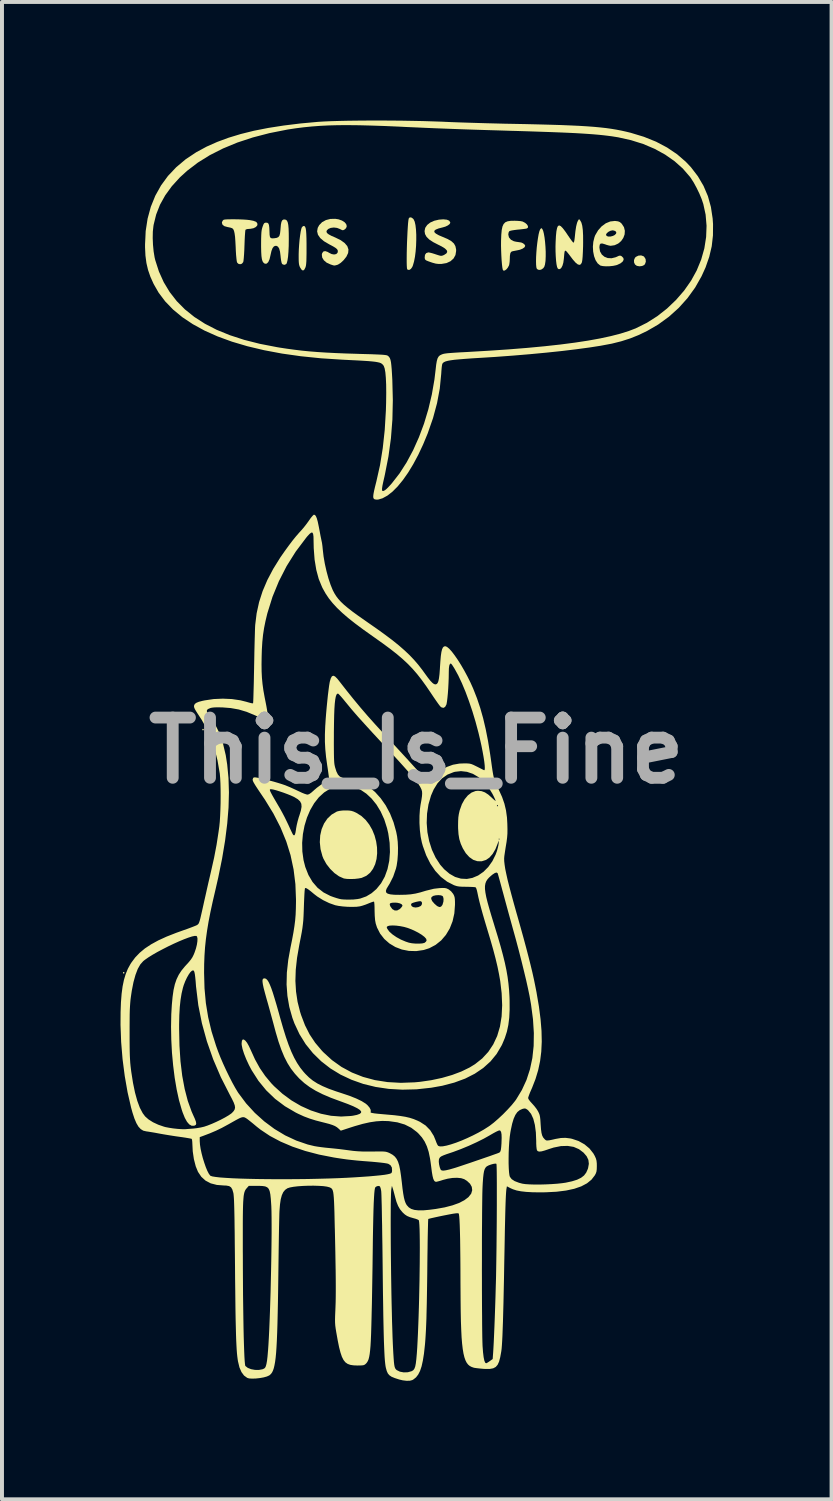
<source format=kicad_pcb>
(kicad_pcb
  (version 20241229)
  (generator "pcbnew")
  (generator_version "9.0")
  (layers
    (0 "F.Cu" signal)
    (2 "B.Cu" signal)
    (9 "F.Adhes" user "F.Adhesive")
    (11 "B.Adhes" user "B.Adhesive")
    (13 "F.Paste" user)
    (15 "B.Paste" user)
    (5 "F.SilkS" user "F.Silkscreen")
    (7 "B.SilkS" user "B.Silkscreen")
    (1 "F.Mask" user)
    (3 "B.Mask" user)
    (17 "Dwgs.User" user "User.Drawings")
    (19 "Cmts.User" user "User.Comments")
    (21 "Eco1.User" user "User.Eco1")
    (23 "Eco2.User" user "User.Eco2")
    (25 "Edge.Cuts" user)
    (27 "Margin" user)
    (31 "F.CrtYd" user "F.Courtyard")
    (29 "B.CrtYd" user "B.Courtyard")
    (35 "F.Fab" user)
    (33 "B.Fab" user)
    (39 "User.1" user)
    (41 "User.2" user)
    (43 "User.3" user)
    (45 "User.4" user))
  (footprint "This_Is_Fine"
    (layer "F.Cu")
    (at 7.49 15.945)
    (property "Reference" "This_Is_Fine" (at 0 0 0) (layer "F.Fab") (effects (font (size 1.524 1.524) (thickness 0.3))))
    (attr board_only exclude_from_pos_files exclude_from_bom)
    (fp_poly (pts (xy -7.396 5.609) (xy -7.392 5.614) (xy -7.394 5.638) (xy -7.399 5.642) (xy -7.423 5.641) (xy -7.427 5.636) (xy -7.426 5.611) (xy -7.421 5.607)) (stroke (width 0) (type solid)) (fill yes) (layer "F.SilkS"))
    (fp_poly (pts (xy -5.388 -0.546) (xy -5.384 -0.541) (xy -5.386 -0.517) (xy -5.391 -0.512) (xy -5.415 -0.514) (xy -5.419 -0.519) (xy -5.417 -0.543) (xy -5.413 -0.548)) (stroke (width 0) (type solid)) (fill yes) (layer "F.SilkS"))
    (fp_poly (pts (xy 5.746 -12.51) (xy 5.764 -12.495) (xy 5.799 -12.438) (xy 5.805 -12.372) (xy 5.784 -12.312) (xy 5.761 -12.286) (xy 5.71 -12.263) (xy 5.643 -12.255) (xy 5.578 -12.267) (xy 5.531 -12.301) (xy 5.507 -12.354) (xy 5.506 -12.414) (xy 5.53 -12.47) (xy 5.553 -12.494) (xy 5.616 -12.525) (xy 5.685 -12.531)) (stroke (width 0) (type solid)) (fill yes) (layer "F.SilkS"))
    (fp_poly (pts (xy 3.174 -13.213) (xy 3.187 -13.196) (xy 3.207 -13.152) (xy 3.225 -13.079) (xy 3.242 -12.982) (xy 3.255 -12.87) (xy 3.265 -12.749) (xy 3.271 -12.626) (xy 3.271 -12.509) (xy 3.267 -12.405) (xy 3.264 -12.376) (xy 3.252 -12.297) (xy 3.235 -12.244) (xy 3.208 -12.206) (xy 3.207 -12.205) (xy 3.154 -12.17) (xy 3.099 -12.163) (xy 3.054 -12.184) (xy 3.048 -12.19) (xy 3.035 -12.227) (xy 3.028 -12.294) (xy 3.026 -12.385) (xy 3.028 -12.493) (xy 3.035 -12.611) (xy 3.045 -12.735) (xy 3.059 -12.856) (xy 3.075 -12.968) (xy 3.092 -13.066) (xy 3.111 -13.142) (xy 3.131 -13.191) (xy 3.135 -13.196) (xy 3.157 -13.22)) (stroke (width 0) (type solid)) (fill yes) (layer "F.SilkS"))
    (fp_poly (pts (xy -0.131 -13.491) (xy -0.089 -13.463) (xy -0.072 -13.444) (xy -0.045 -13.386) (xy -0.025 -13.297) (xy -0.012 -13.186) (xy -0.005 -13.056) (xy -0.005 -12.917) (xy -0.01 -12.772) (xy -0.021 -12.63) (xy -0.038 -12.496) (xy -0.061 -12.378) (xy -0.089 -12.28) (xy -0.106 -12.238) (xy -0.141 -12.189) (xy -0.181 -12.164) (xy -0.218 -12.167) (xy -0.235 -12.183) (xy -0.241 -12.212) (xy -0.245 -12.272) (xy -0.247 -12.359) (xy -0.247 -12.466) (xy -0.246 -12.588) (xy -0.243 -12.721) (xy -0.239 -12.857) (xy -0.233 -12.992) (xy -0.227 -13.121) (xy -0.22 -13.238) (xy -0.213 -13.337) (xy -0.205 -13.413) (xy -0.197 -13.46) (xy -0.194 -13.468) (xy -0.169 -13.494)) (stroke (width 0) (type solid)) (fill yes) (layer "F.SilkS"))
    (fp_poly (pts (xy -2.832 -13.271) (xy -2.816 -13.251) (xy -2.803 -13.214) (xy -2.794 -13.157) (xy -2.788 -13.074) (xy -2.784 -12.964) (xy -2.782 -12.821) (xy -2.782 -12.737) (xy -2.782 -12.59) (xy -2.784 -12.475) (xy -2.786 -12.387) (xy -2.791 -12.321) (xy -2.797 -12.273) (xy -2.806 -12.238) (xy -2.81 -12.226) (xy -2.84 -12.168) (xy -2.871 -12.148) (xy -2.903 -12.164) (xy -2.94 -12.218) (xy -2.941 -12.22) (xy -2.958 -12.255) (xy -2.969 -12.291) (xy -2.976 -12.335) (xy -2.98 -12.394) (xy -2.981 -12.477) (xy -2.981 -12.561) (xy -2.977 -12.682) (xy -2.969 -12.807) (xy -2.958 -12.93) (xy -2.944 -13.042) (xy -2.929 -13.138) (xy -2.913 -13.208) (xy -2.901 -13.24) (xy -2.874 -13.269) (xy -2.853 -13.276)) (stroke (width 0) (type solid)) (fill yes) (layer "F.SilkS"))
    (fp_poly (pts (xy -1.71 1.518) (xy -1.647 1.527) (xy -1.589 1.545) (xy -1.524 1.575) (xy -1.397 1.654) (xy -1.287 1.755) (xy -1.194 1.875) (xy -1.118 2.008) (xy -1.06 2.151) (xy -1.02 2.301) (xy -0.998 2.452) (xy -0.995 2.601) (xy -1.01 2.744) (xy -1.045 2.876) (xy -1.1 2.994) (xy -1.174 3.094) (xy -1.269 3.171) (xy -1.385 3.222) (xy -1.387 3.223) (xy -1.467 3.238) (xy -1.564 3.249) (xy -1.665 3.252) (xy -1.758 3.249) (xy -1.83 3.239) (xy -1.842 3.236) (xy -1.959 3.184) (xy -2.076 3.101) (xy -2.184 2.995) (xy -2.279 2.873) (xy -2.353 2.74) (xy -2.38 2.673) (xy -2.428 2.495) (xy -2.446 2.319) (xy -2.436 2.149) (xy -2.4 1.991) (xy -2.339 1.847) (xy -2.254 1.722) (xy -2.147 1.621) (xy -2.018 1.546) (xy -2.008 1.542) (xy -1.952 1.528) (xy -1.872 1.518) (xy -1.793 1.516)) (stroke (width 0) (type solid)) (fill yes) (layer "F.SilkS"))
    (fp_poly (pts (xy -4.59 -13.445) (xy -4.485 -13.443) (xy -4.384 -13.439) (xy -4.294 -13.433) (xy -4.223 -13.425) (xy -4.221 -13.425) (xy -4.128 -13.407) (xy -4.066 -13.384) (xy -4.047 -13.371) (xy -4.023 -13.328) (xy -4.031 -13.286) (xy -4.067 -13.248) (xy -4.125 -13.219) (xy -4.202 -13.204) (xy -4.238 -13.202) (xy -4.289 -13.197) (xy -4.323 -13.183) (xy -4.327 -13.179) (xy -4.332 -13.154) (xy -4.337 -13.098) (xy -4.343 -13.016) (xy -4.348 -12.916) (xy -4.352 -12.803) (xy -4.353 -12.784) (xy -4.357 -12.666) (xy -4.363 -12.559) (xy -4.37 -12.468) (xy -4.377 -12.401) (xy -4.384 -12.363) (xy -4.385 -12.361) (xy -4.418 -12.321) (xy -4.464 -12.307) (xy -4.51 -12.32) (xy -4.539 -12.351) (xy -4.548 -12.384) (xy -4.556 -12.45) (xy -4.565 -12.542) (xy -4.572 -12.656) (xy -4.575 -12.737) (xy -4.583 -12.885) (xy -4.591 -13.001) (xy -4.603 -13.088) (xy -4.617 -13.15) (xy -4.635 -13.191) (xy -4.658 -13.215) (xy -4.665 -13.219) (xy -4.701 -13.232) (xy -4.757 -13.244) (xy -4.782 -13.249) (xy -4.861 -13.271) (xy -4.908 -13.307) (xy -4.924 -13.356) (xy -4.921 -13.376) (xy -4.9 -13.416) (xy -4.877 -13.434) (xy -4.84 -13.44) (xy -4.775 -13.444) (xy -4.689 -13.445)) (stroke (width 0) (type solid)) (fill yes) (layer "F.SilkS"))
    (fp_poly (pts (xy 4.148 -13.41) (xy 4.175 -13.359) (xy 4.196 -13.281) (xy 4.21 -13.174) (xy 4.217 -13.037) (xy 4.218 -12.865) (xy 4.217 -12.765) (xy 4.212 -12.622) (xy 4.206 -12.505) (xy 4.198 -12.417) (xy 4.188 -12.361) (xy 4.185 -12.351) (xy 4.159 -12.306) (xy 4.124 -12.291) (xy 4.08 -12.305) (xy 4.025 -12.35) (xy 3.957 -12.428) (xy 3.892 -12.514) (xy 3.849 -12.57) (xy 3.811 -12.617) (xy 3.788 -12.641) (xy 3.77 -12.652) (xy 3.758 -12.646) (xy 3.748 -12.621) (xy 3.741 -12.569) (xy 3.734 -12.488) (xy 3.73 -12.443) (xy 3.717 -12.348) (xy 3.695 -12.271) (xy 3.665 -12.215) (xy 3.632 -12.185) (xy 3.597 -12.184) (xy 3.574 -12.203) (xy 3.558 -12.241) (xy 3.544 -12.309) (xy 3.533 -12.401) (xy 3.525 -12.512) (xy 3.52 -12.633) (xy 3.519 -12.76) (xy 3.522 -12.867) (xy 3.53 -13.023) (xy 3.542 -13.142) (xy 3.559 -13.226) (xy 3.581 -13.275) (xy 3.612 -13.29) (xy 3.652 -13.272) (xy 3.702 -13.221) (xy 3.765 -13.139) (xy 3.837 -13.033) (xy 3.885 -12.963) (xy 3.927 -12.905) (xy 3.958 -12.866) (xy 3.973 -12.853) (xy 3.987 -12.867) (xy 3.998 -12.918) (xy 4.007 -12.992) (xy 4.023 -13.144) (xy 4.042 -13.266) (xy 4.064 -13.355) (xy 4.085 -13.405) (xy 4.115 -13.451)) (stroke (width 0) (type solid)) (fill yes) (layer "F.SilkS"))
    (fp_poly (pts (xy -1.972 -13.444) (xy -1.885 -13.413) (xy -1.819 -13.371) (xy -1.778 -13.322) (xy -1.764 -13.27) (xy -1.781 -13.222) (xy -1.815 -13.189) (xy -1.848 -13.171) (xy -1.875 -13.169) (xy -1.911 -13.185) (xy -1.935 -13.198) (xy -2.01 -13.227) (xy -2.092 -13.237) (xy -2.17 -13.227) (xy -2.233 -13.2) (xy -2.27 -13.161) (xy -2.278 -13.129) (xy -2.263 -13.097) (xy -2.222 -13.064) (xy -2.152 -13.026) (xy -2.057 -12.985) (xy -1.918 -12.917) (xy -1.816 -12.843) (xy -1.75 -12.765) (xy -1.721 -12.681) (xy -1.729 -12.592) (xy -1.774 -12.498) (xy -1.845 -12.409) (xy -1.917 -12.342) (xy -1.983 -12.3) (xy -2.006 -12.291) (xy -2.047 -12.28) (xy -2.075 -12.275) (xy -2.103 -12.279) (xy -2.144 -12.292) (xy -2.182 -12.305) (xy -2.274 -12.348) (xy -2.343 -12.407) (xy -2.385 -12.475) (xy -2.395 -12.548) (xy -2.387 -12.586) (xy -2.357 -12.629) (xy -2.31 -12.64) (xy -2.247 -12.619) (xy -2.215 -12.599) (xy -2.147 -12.565) (xy -2.084 -12.554) (xy -2.031 -12.565) (xy -1.998 -12.596) (xy -1.99 -12.633) (xy -1.994 -12.663) (xy -2.011 -12.69) (xy -2.046 -12.72) (xy -2.104 -12.756) (xy -2.19 -12.802) (xy -2.207 -12.811) (xy -2.34 -12.889) (xy -2.435 -12.97) (xy -2.493 -13.054) (xy -2.514 -13.14) (xy -2.499 -13.228) (xy -2.462 -13.296) (xy -2.389 -13.372) (xy -2.292 -13.425) (xy -2.179 -13.454) (xy -2.055 -13.457)) (stroke (width 0) (type solid)) (fill yes) (layer "F.SilkS"))
    (fp_poly (pts (xy 0.768 -13.435) (xy 0.827 -13.411) (xy 0.854 -13.37) (xy 0.855 -13.355) (xy 0.839 -13.324) (xy 0.795 -13.29) (xy 0.733 -13.26) (xy 0.668 -13.241) (xy 0.559 -13.213) (xy 0.487 -13.184) (xy 0.452 -13.153) (xy 0.453 -13.12) (xy 0.491 -13.083) (xy 0.565 -13.041) (xy 0.669 -12.997) (xy 0.794 -12.943) (xy 0.886 -12.889) (xy 0.949 -12.831) (xy 0.986 -12.764) (xy 1.003 -12.684) (xy 1.004 -12.644) (xy 0.987 -12.54) (xy 0.939 -12.453) (xy 0.862 -12.384) (xy 0.761 -12.337) (xy 0.638 -12.316) (xy 0.635 -12.316) (xy 0.559 -12.315) (xy 0.489 -12.323) (xy 0.411 -12.344) (xy 0.363 -12.36) (xy 0.29 -12.386) (xy 0.246 -12.405) (xy 0.222 -12.424) (xy 0.212 -12.447) (xy 0.208 -12.479) (xy 0.216 -12.546) (xy 0.248 -12.59) (xy 0.301 -12.607) (xy 0.303 -12.607) (xy 0.339 -12.601) (xy 0.399 -12.586) (xy 0.47 -12.564) (xy 0.486 -12.558) (xy 0.558 -12.535) (xy 0.604 -12.522) (xy 0.637 -12.521) (xy 0.667 -12.529) (xy 0.701 -12.544) (xy 0.757 -12.581) (xy 0.779 -12.619) (xy 0.767 -12.661) (xy 0.72 -12.707) (xy 0.638 -12.758) (xy 0.558 -12.798) (xy 0.424 -12.867) (xy 0.324 -12.933) (xy 0.256 -13) (xy 0.217 -13.071) (xy 0.205 -13.147) (xy 0.205 -13.147) (xy 0.222 -13.229) (xy 0.272 -13.302) (xy 0.349 -13.363) (xy 0.45 -13.408) (xy 0.569 -13.436) (xy 0.679 -13.444)) (stroke (width 0) (type solid)) (fill yes) (layer "F.SilkS"))
    (fp_poly (pts (xy 2.482 -13.408) (xy 2.562 -13.405) (xy 2.633 -13.399) (xy 2.683 -13.389) (xy 2.689 -13.387) (xy 2.75 -13.355) (xy 2.795 -13.316) (xy 2.821 -13.274) (xy 2.823 -13.238) (xy 2.797 -13.214) (xy 2.793 -13.213) (xy 2.761 -13.206) (xy 2.701 -13.198) (xy 2.624 -13.189) (xy 2.567 -13.184) (xy 2.484 -13.174) (xy 2.414 -13.163) (xy 2.366 -13.151) (xy 2.35 -13.144) (xy 2.332 -13.112) (xy 2.324 -13.063) (xy 2.324 -13.059) (xy 2.341 -12.987) (xy 2.39 -12.929) (xy 2.464 -12.89) (xy 2.521 -12.877) (xy 2.584 -12.868) (xy 2.637 -12.86) (xy 2.653 -12.857) (xy 2.697 -12.838) (xy 2.735 -12.807) (xy 2.752 -12.775) (xy 2.752 -12.773) (xy 2.735 -12.737) (xy 2.688 -12.703) (xy 2.62 -12.675) (xy 2.572 -12.664) (xy 2.506 -12.651) (xy 2.45 -12.64) (xy 2.424 -12.634) (xy 2.394 -12.619) (xy 2.375 -12.583) (xy 2.365 -12.522) (xy 2.362 -12.436) (xy 2.358 -12.367) (xy 2.349 -12.305) (xy 2.342 -12.278) (xy 2.312 -12.222) (xy 2.275 -12.177) (xy 2.237 -12.15) (xy 2.205 -12.144) (xy 2.186 -12.165) (xy 2.174 -12.22) (xy 2.164 -12.305) (xy 2.155 -12.411) (xy 2.148 -12.532) (xy 2.143 -12.659) (xy 2.14 -12.785) (xy 2.141 -12.903) (xy 2.141 -12.905) (xy 2.147 -13.056) (xy 2.158 -13.174) (xy 2.177 -13.263) (xy 2.206 -13.326) (xy 2.248 -13.369) (xy 2.307 -13.394) (xy 2.384 -13.406) (xy 2.482 -13.408)) (stroke (width 0) (type solid)) (fill yes) (layer "F.SilkS"))
    (fp_poly (pts (xy -3.299 -13.43) (xy -3.275 -13.406) (xy -3.257 -13.364) (xy -3.244 -13.3) (xy -3.236 -13.21) (xy -3.232 -13.091) (xy -3.231 -12.942) (xy -3.233 -12.77) (xy -3.24 -12.621) (xy -3.25 -12.497) (xy -3.265 -12.401) (xy -3.282 -12.337) (xy -3.294 -12.315) (xy -3.333 -12.293) (xy -3.378 -12.3) (xy -3.402 -12.318) (xy -3.414 -12.348) (xy -3.426 -12.405) (xy -3.436 -12.479) (xy -3.439 -12.512) (xy -3.453 -12.625) (xy -3.474 -12.704) (xy -3.505 -12.752) (xy -3.545 -12.773) (xy -3.561 -12.774) (xy -3.605 -12.761) (xy -3.641 -12.718) (xy -3.67 -12.643) (xy -3.694 -12.537) (xy -3.718 -12.435) (xy -3.75 -12.363) (xy -3.789 -12.324) (xy -3.832 -12.32) (xy -3.845 -12.326) (xy -3.874 -12.349) (xy -3.896 -12.384) (xy -3.912 -12.438) (xy -3.923 -12.513) (xy -3.929 -12.614) (xy -3.932 -12.747) (xy -3.932 -12.821) (xy -3.931 -12.948) (xy -3.928 -13.044) (xy -3.924 -13.117) (xy -3.917 -13.173) (xy -3.906 -13.22) (xy -3.894 -13.258) (xy -3.872 -13.316) (xy -3.853 -13.346) (xy -3.829 -13.358) (xy -3.803 -13.36) (xy -3.769 -13.355) (xy -3.746 -13.335) (xy -3.732 -13.296) (xy -3.724 -13.23) (xy -3.72 -13.137) (xy -3.717 -13.053) (xy -3.708 -13) (xy -3.688 -12.971) (xy -3.653 -12.962) (xy -3.599 -12.965) (xy -3.598 -12.965) (xy -3.537 -12.975) (xy -3.496 -12.994) (xy -3.469 -13.028) (xy -3.453 -13.084) (xy -3.443 -13.169) (xy -3.44 -13.209) (xy -3.431 -13.31) (xy -3.417 -13.379) (xy -3.396 -13.42) (xy -3.366 -13.439) (xy -3.33 -13.44)) (stroke (width 0) (type solid)) (fill yes) (layer "F.SilkS"))
    (fp_poly (pts (xy 5.036 -13.402) (xy 5.102 -13.393) (xy 5.147 -13.375) (xy 5.188 -13.34) (xy 5.198 -13.328) (xy 5.252 -13.245) (xy 5.274 -13.155) (xy 5.268 -13.062) (xy 5.235 -12.974) (xy 5.181 -12.895) (xy 5.106 -12.831) (xy 5.015 -12.789) (xy 4.914 -12.774) (xy 4.873 -12.781) (xy 4.814 -12.797) (xy 4.776 -12.811) (xy 4.706 -12.832) (xy 4.661 -12.83) (xy 4.638 -12.801) (xy 4.63 -12.743) (xy 4.63 -12.73) (xy 4.646 -12.632) (xy 4.69 -12.554) (xy 4.757 -12.497) (xy 4.841 -12.464) (xy 4.938 -12.459) (xy 5.041 -12.484) (xy 5.071 -12.497) (xy 5.121 -12.52) (xy 5.153 -12.526) (xy 5.181 -12.517) (xy 5.198 -12.506) (xy 5.237 -12.465) (xy 5.243 -12.419) (xy 5.217 -12.373) (xy 5.162 -12.329) (xy 5.081 -12.291) (xy 5.052 -12.282) (xy 4.975 -12.266) (xy 4.886 -12.257) (xy 4.795 -12.255) (xy 4.714 -12.261) (xy 4.656 -12.274) (xy 4.649 -12.278) (xy 4.585 -12.33) (xy 4.533 -12.41) (xy 4.495 -12.512) (xy 4.472 -12.628) (xy 4.465 -12.752) (xy 4.476 -12.875) (xy 4.505 -12.992) (xy 4.524 -13.042) (xy 4.532 -13.055) (xy 4.797 -13.055) (xy 4.813 -13.024) (xy 4.853 -13.008) (xy 4.909 -13.008) (xy 4.971 -13.024) (xy 5.016 -13.046) (xy 5.053 -13.083) (xy 5.057 -13.12) (xy 5.03 -13.149) (xy 4.978 -13.164) (xy 4.959 -13.165) (xy 4.909 -13.154) (xy 4.857 -13.127) (xy 4.816 -13.092) (xy 4.798 -13.058) (xy 4.797 -13.055) (xy 4.532 -13.055) (xy 4.597 -13.166) (xy 4.688 -13.268) (xy 4.792 -13.344) (xy 4.904 -13.39) (xy 5.021 -13.403)) (stroke (width 0) (type solid)) (fill yes) (layer "F.SilkS"))
    (fp_poly (pts (xy -0.667 -15.943) (xy -0.387 -15.941) (xy -0.11 -15.936) (xy 0.158 -15.931) (xy 0.414 -15.923) (xy 0.653 -15.915) (xy 0.734 -15.911) (xy 0.898 -15.904) (xy 1.091 -15.897) (xy 1.306 -15.89) (xy 1.536 -15.883) (xy 1.774 -15.876) (xy 2.011 -15.87) (xy 2.24 -15.864) (xy 2.408 -15.861) (xy 2.771 -15.854) (xy 3.1 -15.846) (xy 3.397 -15.838) (xy 3.664 -15.83) (xy 3.904 -15.82) (xy 4.121 -15.81) (xy 4.316 -15.798) (xy 4.492 -15.785) (xy 4.651 -15.77) (xy 4.797 -15.754) (xy 4.932 -15.735) (xy 5.058 -15.714) (xy 5.179 -15.691) (xy 5.296 -15.665) (xy 5.412 -15.637) (xy 5.42 -15.635) (xy 5.756 -15.533) (xy 6.064 -15.409) (xy 6.344 -15.261) (xy 6.595 -15.092) (xy 6.816 -14.901) (xy 6.946 -14.764) (xy 7.123 -14.533) (xy 7.266 -14.289) (xy 7.376 -14.031) (xy 7.452 -13.757) (xy 7.496 -13.466) (xy 7.506 -13.323) (xy 7.504 -13.037) (xy 7.473 -12.763) (xy 7.41 -12.495) (xy 7.316 -12.225) (xy 7.215 -12.003) (xy 7.053 -11.717) (xy 6.859 -11.449) (xy 6.637 -11.202) (xy 6.389 -10.979) (xy 6.117 -10.781) (xy 5.839 -10.62) (xy 5.621 -10.515) (xy 5.406 -10.429) (xy 5.184 -10.358) (xy 4.945 -10.298) (xy 4.679 -10.248) (xy 4.677 -10.247) (xy 4.375 -10.2) (xy 4.04 -10.155) (xy 3.676 -10.111) (xy 3.285 -10.07) (xy 2.872 -10.031) (xy 2.441 -9.995) (xy 1.995 -9.962) (xy 1.627 -9.939) (xy 1.413 -9.926) (xy 1.234 -9.913) (xy 1.085 -9.901) (xy 0.965 -9.89) (xy 0.869 -9.877) (xy 0.796 -9.864) (xy 0.74 -9.849) (xy 0.701 -9.832) (xy 0.674 -9.813) (xy 0.657 -9.791) (xy 0.655 -9.787) (xy 0.647 -9.756) (xy 0.639 -9.696) (xy 0.632 -9.616) (xy 0.626 -9.524) (xy 0.625 -9.516) (xy 0.59 -9.16) (xy 0.521 -8.792) (xy 0.419 -8.413) (xy 0.284 -8.025) (xy 0.168 -7.745) (xy 0.046 -7.485) (xy -0.081 -7.248) (xy -0.211 -7.034) (xy -0.343 -6.846) (xy -0.475 -6.685) (xy -0.606 -6.553) (xy -0.735 -6.452) (xy -0.859 -6.384) (xy -0.967 -6.352) (xy -1.02 -6.35) (xy -1.062 -6.36) (xy -1.065 -6.361) (xy -1.082 -6.376) (xy -1.092 -6.4) (xy -1.094 -6.437) (xy -1.088 -6.492) (xy -1.073 -6.57) (xy -1.049 -6.674) (xy -1.015 -6.809) (xy -0.923 -7.219) (xy -0.853 -7.653) (xy -0.803 -8.113) (xy -0.774 -8.601) (xy -0.768 -8.804) (xy -0.765 -9.051) (xy -0.767 -9.261) (xy -0.775 -9.434) (xy -0.787 -9.571) (xy -0.805 -9.671) (xy -0.828 -9.734) (xy -0.834 -9.743) (xy -0.852 -9.766) (xy -0.872 -9.785) (xy -0.897 -9.802) (xy -0.931 -9.816) (xy -0.977 -9.827) (xy -1.038 -9.838) (xy -1.116 -9.847) (xy -1.216 -9.856) (xy -1.341 -9.864) (xy -1.494 -9.873) (xy -1.677 -9.882) (xy -1.878 -9.892) (xy -2.416 -9.927) (xy -2.925 -9.979) (xy -3.405 -10.047) (xy -3.857 -10.132) (xy -4.278 -10.232) (xy -4.67 -10.348) (xy -5.031 -10.48) (xy -5.361 -10.627) (xy -5.659 -10.79) (xy -5.925 -10.967) (xy -6.159 -11.16) (xy -6.359 -11.367) (xy -6.526 -11.589) (xy -6.651 -11.807) (xy -6.733 -11.989) (xy -6.793 -12.162) (xy -6.834 -12.337) (xy -6.859 -12.525) (xy -6.869 -12.734) (xy -6.869 -12.812) (xy -6.861 -12.971) (xy -6.675 -12.971) (xy -6.668 -12.8) (xy -6.652 -12.632) (xy -6.627 -12.479) (xy -6.611 -12.413) (xy -6.518 -12.123) (xy -6.396 -11.853) (xy -6.246 -11.604) (xy -6.067 -11.374) (xy -5.859 -11.164) (xy -5.621 -10.973) (xy -5.353 -10.801) (xy -5.054 -10.647) (xy -4.723 -10.512) (xy -4.361 -10.394) (xy -3.967 -10.294) (xy -3.54 -10.211) (xy -3.477 -10.2) (xy -3.28 -10.17) (xy -3.09 -10.144) (xy -2.902 -10.121) (xy -2.709 -10.102) (xy -2.507 -10.086) (xy -2.291 -10.072) (xy -2.054 -10.06) (xy -1.791 -10.049) (xy -1.496 -10.04) (xy -1.478 -10.039) (xy -1.295 -10.034) (xy -1.145 -10.03) (xy -1.024 -10.025) (xy -0.931 -10.021) (xy -0.859 -10.017) (xy -0.807 -10.012) (xy -0.77 -10.007) (xy -0.745 -10.001) (xy -0.728 -9.993) (xy -0.715 -9.984) (xy -0.711 -9.98) (xy -0.689 -9.956) (xy -0.671 -9.926) (xy -0.657 -9.885) (xy -0.645 -9.828) (xy -0.636 -9.752) (xy -0.627 -9.652) (xy -0.619 -9.523) (xy -0.611 -9.381) (xy -0.598 -8.867) (xy -0.609 -8.376) (xy -0.646 -7.903) (xy -0.709 -7.442) (xy -0.798 -6.989) (xy -0.81 -6.933) (xy -0.84 -6.802) (xy -0.861 -6.703) (xy -0.871 -6.633) (xy -0.871 -6.589) (xy -0.86 -6.569) (xy -0.839 -6.568) (xy -0.807 -6.583) (xy -0.789 -6.595) (xy -0.756 -6.622) (xy -0.708 -6.67) (xy -0.652 -6.73) (xy -0.62 -6.767) (xy -0.428 -7.014) (xy -0.249 -7.293) (xy -0.085 -7.599) (xy 0.062 -7.928) (xy 0.192 -8.275) (xy 0.301 -8.638) (xy 0.389 -9.01) (xy 0.455 -9.39) (xy 0.485 -9.641) (xy 0.499 -9.765) (xy 0.515 -9.858) (xy 0.534 -9.924) (xy 0.559 -9.969) (xy 0.59 -9.999) (xy 0.608 -10.009) (xy 0.635 -10.022) (xy 0.663 -10.033) (xy 0.696 -10.042) (xy 0.739 -10.049) (xy 0.797 -10.056) (xy 0.873 -10.062) (xy 0.972 -10.069) (xy 1.098 -10.077) (xy 1.257 -10.085) (xy 1.293 -10.087) (xy 1.834 -10.119) (xy 2.339 -10.153) (xy 2.809 -10.191) (xy 3.244 -10.232) (xy 3.644 -10.276) (xy 4.012 -10.324) (xy 4.346 -10.375) (xy 4.649 -10.43) (xy 4.921 -10.489) (xy 5.162 -10.551) (xy 5.374 -10.618) (xy 5.557 -10.688) (xy 5.557 -10.689) (xy 5.832 -10.826) (xy 6.095 -10.993) (xy 6.342 -11.187) (xy 6.57 -11.405) (xy 6.774 -11.64) (xy 6.95 -11.891) (xy 7.092 -12.149) (xy 7.206 -12.426) (xy 7.286 -12.709) (xy 7.331 -12.996) (xy 7.342 -13.281) (xy 7.318 -13.563) (xy 7.26 -13.83) (xy 7.218 -13.956) (xy 7.159 -14.098) (xy 7.089 -14.242) (xy 7.015 -14.378) (xy 6.941 -14.493) (xy 6.919 -14.523) (xy 6.74 -14.73) (xy 6.53 -14.917) (xy 6.292 -15.083) (xy 6.028 -15.228) (xy 5.741 -15.35) (xy 5.432 -15.447) (xy 5.104 -15.52) (xy 4.948 -15.545) (xy 4.841 -15.559) (xy 4.731 -15.572) (xy 4.614 -15.584) (xy 4.489 -15.595) (xy 4.353 -15.605) (xy 4.202 -15.615) (xy 4.035 -15.625) (xy 3.848 -15.634) (xy 3.639 -15.643) (xy 3.404 -15.652) (xy 3.141 -15.661) (xy 2.848 -15.671) (xy 2.521 -15.681) (xy 2.399 -15.684) (xy 2.056 -15.695) (xy 1.746 -15.704) (xy 1.461 -15.713) (xy 1.197 -15.722) (xy 0.949 -15.731) (xy 0.709 -15.74) (xy 0.474 -15.749) (xy 0.238 -15.759) (xy -0.005 -15.77) (xy -0.261 -15.781) (xy -0.437 -15.79) (xy -0.804 -15.806) (xy -1.138 -15.817) (xy -1.442 -15.825) (xy -1.721 -15.828) (xy -1.977 -15.827) (xy -2.214 -15.821) (xy -2.436 -15.81) (xy -2.647 -15.794) (xy -2.85 -15.774) (xy -3.049 -15.749) (xy -3.247 -15.719) (xy -3.28 -15.713) (xy -3.724 -15.625) (xy -4.143 -15.516) (xy -4.534 -15.387) (xy -4.896 -15.237) (xy -5.23 -15.068) (xy -5.534 -14.879) (xy -5.806 -14.671) (xy -5.989 -14.504) (xy -6.192 -14.281) (xy -6.359 -14.051) (xy -6.491 -13.813) (xy -6.588 -13.565) (xy -6.652 -13.305) (xy -6.657 -13.272) (xy -6.672 -13.133) (xy -6.675 -12.971) (xy -6.861 -12.971) (xy -6.853 -13.147) (xy -6.804 -13.464) (xy -6.723 -13.762) (xy -6.61 -14.041) (xy -6.465 -14.301) (xy -6.289 -14.542) (xy -6.081 -14.762) (xy -5.842 -14.963) (xy -5.572 -15.143) (xy -5.309 -15.285) (xy -5.043 -15.403) (xy -4.756 -15.509) (xy -4.447 -15.603) (xy -4.113 -15.686) (xy -3.752 -15.757) (xy -3.361 -15.818) (xy -2.939 -15.87) (xy -2.492 -15.911) (xy -2.346 -15.92) (xy -2.168 -15.928) (xy -1.962 -15.934) (xy -1.732 -15.939) (xy -1.483 -15.942) (xy -1.219 -15.944) (xy -0.946 -15.945)) (stroke (width 0) (type solid)) (fill yes) (layer "F.SilkS"))
    (fp_poly (pts (xy -2.567 -5.96) (xy -2.544 -5.929) (xy -2.521 -5.874) (xy -2.498 -5.791) (xy -2.474 -5.676) (xy -2.464 -5.625) (xy -2.445 -5.525) (xy -2.428 -5.433) (xy -2.412 -5.357) (xy -2.402 -5.307) (xy -2.4 -5.299) (xy -2.39 -5.249) (xy -2.38 -5.176) (xy -2.372 -5.095) (xy -2.371 -5.086) (xy -2.351 -4.912) (xy -2.319 -4.727) (xy -2.277 -4.539) (xy -2.228 -4.358) (xy -2.174 -4.196) (xy -2.119 -4.061) (xy -2.078 -3.982) (xy -2.032 -3.908) (xy -1.978 -3.837) (xy -1.913 -3.765) (xy -1.833 -3.689) (xy -1.735 -3.607) (xy -1.617 -3.515) (xy -1.474 -3.411) (xy -1.304 -3.292) (xy -1.237 -3.245) (xy -0.999 -3.079) (xy -0.79 -2.928) (xy -0.606 -2.79) (xy -0.445 -2.66) (xy -0.303 -2.536) (xy -0.176 -2.416) (xy -0.061 -2.295) (xy 0.046 -2.171) (xy 0.147 -2.041) (xy 0.212 -1.951) (xy 0.29 -1.844) (xy 0.352 -1.766) (xy 0.402 -1.714) (xy 0.442 -1.684) (xy 0.475 -1.674) (xy 0.479 -1.673) (xy 0.51 -1.682) (xy 0.535 -1.708) (xy 0.555 -1.756) (xy 0.57 -1.83) (xy 0.583 -1.933) (xy 0.593 -2.069) (xy 0.595 -2.108) (xy 0.606 -2.269) (xy 0.617 -2.395) (xy 0.631 -2.492) (xy 0.648 -2.561) (xy 0.669 -2.607) (xy 0.695 -2.632) (xy 0.726 -2.64) (xy 0.729 -2.64) (xy 0.772 -2.624) (xy 0.828 -2.578) (xy 0.894 -2.505) (xy 0.967 -2.409) (xy 1.046 -2.295) (xy 1.128 -2.165) (xy 1.21 -2.024) (xy 1.29 -1.875) (xy 1.366 -1.723) (xy 1.434 -1.571) (xy 1.439 -1.559) (xy 1.532 -1.322) (xy 1.614 -1.077) (xy 1.687 -0.819) (xy 1.752 -0.543) (xy 1.811 -0.243) (xy 1.864 0.086) (xy 1.888 0.251) (xy 1.908 0.397) (xy 1.925 0.513) (xy 1.941 0.606) (xy 1.957 0.682) (xy 1.976 0.748) (xy 1.999 0.81) (xy 2.028 0.877) (xy 2.064 0.953) (xy 2.085 0.995) (xy 2.167 1.176) (xy 2.226 1.345) (xy 2.266 1.514) (xy 2.291 1.696) (xy 2.3 1.859) (xy 2.303 1.992) (xy 2.302 2.102) (xy 2.294 2.204) (xy 2.28 2.314) (xy 2.272 2.361) (xy 2.256 2.458) (xy 2.242 2.549) (xy 2.231 2.623) (xy 2.224 2.67) (xy 2.219 2.731) (xy 2.221 2.803) (xy 2.231 2.891) (xy 2.247 2.997) (xy 2.273 3.122) (xy 2.306 3.271) (xy 2.35 3.444) (xy 2.403 3.645) (xy 2.466 3.876) (xy 2.54 4.14) (xy 2.545 4.156) (xy 2.632 4.464) (xy 2.709 4.741) (xy 2.776 4.99) (xy 2.835 5.216) (xy 2.887 5.422) (xy 2.933 5.613) (xy 2.973 5.792) (xy 3.008 5.964) (xy 3.041 6.132) (xy 3.041 6.135) (xy 3.1 6.483) (xy 3.141 6.802) (xy 3.165 7.095) (xy 3.171 7.367) (xy 3.159 7.62) (xy 3.129 7.86) (xy 3.08 8.09) (xy 3.013 8.313) (xy 2.927 8.534) (xy 2.908 8.577) (xy 2.874 8.655) (xy 2.847 8.725) (xy 2.83 8.776) (xy 2.826 8.796) (xy 2.839 8.827) (xy 2.873 8.874) (xy 2.92 8.927) (xy 2.924 8.931) (xy 2.983 8.997) (xy 3.04 9.071) (xy 3.076 9.129) (xy 3.099 9.176) (xy 3.116 9.22) (xy 3.127 9.271) (xy 3.135 9.338) (xy 3.141 9.43) (xy 3.143 9.464) (xy 3.152 9.585) (xy 3.164 9.675) (xy 3.181 9.741) (xy 3.206 9.792) (xy 3.241 9.833) (xy 3.251 9.843) (xy 3.27 9.859) (xy 3.291 9.868) (xy 3.319 9.869) (xy 3.363 9.864) (xy 3.429 9.851) (xy 3.524 9.829) (xy 3.656 9.806) (xy 3.773 9.802) (xy 3.892 9.817) (xy 3.938 9.827) (xy 4.104 9.883) (xy 4.252 9.966) (xy 4.379 10.072) (xy 4.478 10.198) (xy 4.512 10.259) (xy 4.541 10.323) (xy 4.557 10.382) (xy 4.564 10.449) (xy 4.565 10.515) (xy 4.563 10.596) (xy 4.556 10.654) (xy 4.54 10.702) (xy 4.514 10.751) (xy 4.43 10.86) (xy 4.316 10.953) (xy 4.171 11.03) (xy 3.994 11.091) (xy 3.786 11.136) (xy 3.545 11.166) (xy 3.271 11.18) (xy 3.124 11.182) (xy 2.934 11.179) (xy 2.776 11.17) (xy 2.644 11.155) (xy 2.535 11.134) (xy 2.442 11.104) (xy 2.377 11.075) (xy 2.289 11.029) (xy 2.28 11.079) (xy 2.275 11.109) (xy 2.271 11.149) (xy 2.267 11.202) (xy 2.263 11.27) (xy 2.259 11.355) (xy 2.255 11.459) (xy 2.251 11.585) (xy 2.247 11.734) (xy 2.243 11.909) (xy 2.238 12.112) (xy 2.234 12.345) (xy 2.229 12.61) (xy 2.223 12.909) (xy 2.221 13.016) (xy 2.215 13.372) (xy 2.208 13.693) (xy 2.202 13.979) (xy 2.195 14.232) (xy 2.189 14.454) (xy 2.182 14.646) (xy 2.176 14.809) (xy 2.169 14.945) (xy 2.162 15.055) (xy 2.155 15.142) (xy 2.147 15.205) (xy 2.146 15.21) (xy 2.12 15.354) (xy 2.091 15.465) (xy 2.054 15.546) (xy 2.006 15.601) (xy 1.942 15.635) (xy 1.86 15.65) (xy 1.754 15.651) (xy 1.701 15.649) (xy 1.613 15.641) (xy 1.531 15.632) (xy 1.468 15.623) (xy 1.447 15.618) (xy 1.395 15.6) (xy 1.348 15.575) (xy 1.307 15.54) (xy 1.271 15.493) (xy 1.24 15.432) (xy 1.213 15.355) (xy 1.19 15.26) (xy 1.171 15.145) (xy 1.155 15.009) (xy 1.142 14.848) (xy 1.133 14.661) (xy 1.125 14.446) (xy 1.12 14.2) (xy 1.117 13.923) (xy 1.115 13.611) (xy 1.114 13.472) (xy 1.113 13.147) (xy 1.113 13.135) (xy 1.656 13.135) (xy 1.657 13.388) (xy 1.657 13.637) (xy 1.658 13.878) (xy 1.659 14.107) (xy 1.661 14.321) (xy 1.662 14.517) (xy 1.664 14.691) (xy 1.666 14.839) (xy 1.669 14.959) (xy 1.672 15.047) (xy 1.673 15.073) (xy 1.685 15.231) (xy 1.7 15.354) (xy 1.718 15.441) (xy 1.74 15.493) (xy 1.763 15.508) (xy 1.786 15.498) (xy 1.828 15.472) (xy 1.854 15.454) (xy 1.929 15.4) (xy 1.941 15.235) (xy 1.948 15.122) (xy 1.956 14.974) (xy 1.964 14.795) (xy 1.973 14.587) (xy 1.982 14.354) (xy 1.991 14.099) (xy 2 13.823) (xy 2.008 13.531) (xy 2.01 13.472) (xy 2.014 13.323) (xy 2.017 13.156) (xy 2.02 12.972) (xy 2.023 12.775) (xy 2.026 12.568) (xy 2.028 12.355) (xy 2.03 12.139) (xy 2.032 11.922) (xy 2.033 11.709) (xy 2.034 11.502) (xy 2.034 11.305) (xy 2.034 11.12) (xy 2.034 10.952) (xy 2.033 10.803) (xy 2.032 10.677) (xy 2.03 10.576) (xy 2.028 10.505) (xy 2.025 10.465) (xy 2.023 10.459) (xy 1.996 10.454) (xy 1.947 10.461) (xy 1.888 10.477) (xy 1.829 10.498) (xy 1.784 10.522) (xy 1.776 10.527) (xy 1.75 10.554) (xy 1.728 10.592) (xy 1.711 10.644) (xy 1.698 10.717) (xy 1.687 10.814) (xy 1.678 10.941) (xy 1.673 11.033) (xy 1.67 11.109) (xy 1.667 11.218) (xy 1.665 11.357) (xy 1.663 11.523) (xy 1.661 11.711) (xy 1.66 11.92) (xy 1.658 12.144) (xy 1.657 12.381) (xy 1.657 12.628) (xy 1.657 12.88) (xy 1.656 13.135) (xy 1.113 13.135) (xy 1.111 12.854) (xy 1.108 12.593) (xy 1.105 12.364) (xy 1.1 12.168) (xy 1.095 12.007) (xy 1.089 11.88) (xy 1.082 11.788) (xy 1.074 11.732) (xy 1.067 11.715) (xy 1.047 11.71) (xy 1.002 11.712) (xy 0.929 11.722) (xy 0.825 11.741) (xy 0.688 11.768) (xy 0.678 11.77) (xy 0.566 11.793) (xy 0.466 11.815) (xy 0.385 11.833) (xy 0.328 11.847) (xy 0.3 11.855) (xy 0.299 11.856) (xy 0.297 11.876) (xy 0.294 11.93) (xy 0.292 12.014) (xy 0.289 12.126) (xy 0.286 12.261) (xy 0.283 12.417) (xy 0.281 12.591) (xy 0.278 12.778) (xy 0.276 12.939) (xy 0.273 13.254) (xy 0.269 13.535) (xy 0.265 13.785) (xy 0.261 14.007) (xy 0.256 14.203) (xy 0.252 14.376) (xy 0.246 14.529) (xy 0.24 14.665) (xy 0.233 14.788) (xy 0.226 14.899) (xy 0.218 15.002) (xy 0.213 15.055) (xy 0.19 15.264) (xy 0.162 15.439) (xy 0.13 15.584) (xy 0.091 15.701) (xy 0.044 15.793) (xy -0.011 15.864) (xy -0.076 15.916) (xy -0.106 15.933) (xy -0.166 15.949) (xy -0.251 15.951) (xy -0.349 15.939) (xy -0.437 15.918) (xy -0.548 15.882) (xy -0.629 15.849) (xy -0.685 15.811) (xy -0.724 15.765) (xy -0.752 15.703) (xy -0.774 15.623) (xy -0.783 15.578) (xy -0.791 15.517) (xy -0.799 15.44) (xy -0.806 15.346) (xy -0.812 15.231) (xy -0.818 15.094) (xy -0.824 14.935) (xy -0.829 14.75) (xy -0.834 14.538) (xy -0.839 14.298) (xy -0.843 14.027) (xy -0.848 13.725) (xy -0.852 13.389) (xy -0.856 13.017) (xy -0.856 13.016) (xy -0.859 12.761) (xy -0.862 12.515) (xy -0.866 12.28) (xy -0.869 12.06) (xy -0.869 12.035) (xy -0.652 12.035) (xy -0.651 12.257) (xy -0.65 12.491) (xy -0.648 12.735) (xy -0.645 12.985) (xy -0.642 13.239) (xy -0.638 13.493) (xy -0.634 13.744) (xy -0.629 13.988) (xy -0.623 14.224) (xy -0.618 14.448) (xy -0.611 14.657) (xy -0.605 14.847) (xy -0.598 15.016) (xy -0.594 15.097) (xy -0.586 15.252) (xy -0.578 15.375) (xy -0.571 15.47) (xy -0.563 15.54) (xy -0.554 15.591) (xy -0.542 15.627) (xy -0.528 15.652) (xy -0.51 15.671) (xy -0.498 15.681) (xy -0.419 15.72) (xy -0.322 15.738) (xy -0.22 15.735) (xy -0.126 15.709) (xy -0.11 15.702) (xy -0.076 15.678) (xy -0.051 15.642) (xy -0.031 15.588) (xy -0.016 15.51) (xy -0.003 15.401) (xy -0.001 15.378) (xy 0.01 15.253) (xy 0.02 15.104) (xy 0.029 14.934) (xy 0.038 14.746) (xy 0.046 14.543) (xy 0.054 14.328) (xy 0.061 14.105) (xy 0.067 13.877) (xy 0.072 13.647) (xy 0.077 13.418) (xy 0.08 13.193) (xy 0.083 12.976) (xy 0.084 12.77) (xy 0.085 12.577) (xy 0.084 12.402) (xy 0.082 12.246) (xy 0.079 12.115) (xy 0.074 12.009) (xy 0.068 11.934) (xy 0.061 11.892) (xy 0.058 11.886) (xy 0.035 11.872) (xy -0.013 11.853) (xy -0.074 11.836) (xy -0.167 11.809) (xy -0.236 11.78) (xy -0.291 11.744) (xy -0.345 11.695) (xy -0.356 11.683) (xy -0.417 11.609) (xy -0.465 11.525) (xy -0.506 11.422) (xy -0.539 11.304) (xy -0.56 11.223) (xy -0.58 11.148) (xy -0.596 11.092) (xy -0.6 11.082) (xy -0.621 11.017) (xy -0.635 11.092) (xy -0.64 11.139) (xy -0.644 11.221) (xy -0.647 11.334) (xy -0.65 11.475) (xy -0.651 11.641) (xy -0.652 11.829) (xy -0.652 12.035) (xy -0.869 12.035) (xy -0.873 11.857) (xy -0.876 11.674) (xy -0.879 11.513) (xy -0.883 11.378) (xy -0.886 11.271) (xy -0.889 11.196) (xy -0.892 11.154) (xy -0.892 11.149) (xy -0.904 11.088) (xy -0.919 11.043) (xy -0.931 11.026) (xy -0.972 11.019) (xy -1.018 11.035) (xy -1.042 11.055) (xy -1.051 11.08) (xy -1.06 11.132) (xy -1.068 11.213) (xy -1.075 11.323) (xy -1.082 11.463) (xy -1.088 11.635) (xy -1.093 11.84) (xy -1.098 12.078) (xy -1.103 12.352) (xy -1.106 12.607) (xy -1.109 12.828) (xy -1.112 13.064) (xy -1.116 13.307) (xy -1.12 13.549) (xy -1.124 13.783) (xy -1.128 14.002) (xy -1.133 14.196) (xy -1.136 14.327) (xy -1.142 14.56) (xy -1.148 14.759) (xy -1.155 14.926) (xy -1.163 15.066) (xy -1.173 15.181) (xy -1.184 15.274) (xy -1.197 15.347) (xy -1.212 15.406) (xy -1.231 15.451) (xy -1.252 15.486) (xy -1.276 15.515) (xy -1.303 15.538) (xy -1.33 15.553) (xy -1.369 15.56) (xy -1.428 15.563) (xy -1.492 15.564) (xy -1.591 15.56) (xy -1.673 15.548) (xy -1.742 15.523) (xy -1.799 15.483) (xy -1.846 15.424) (xy -1.887 15.343) (xy -1.923 15.236) (xy -1.958 15.101) (xy -1.992 14.933) (xy -2.009 14.838) (xy -2.03 14.72) (xy -2.045 14.628) (xy -2.055 14.552) (xy -2.06 14.48) (xy -2.061 14.404) (xy -2.059 14.312) (xy -2.054 14.195) (xy -2.053 14.178) (xy -2.049 14.07) (xy -2.045 13.955) (xy -2.043 13.83) (xy -2.042 13.691) (xy -2.042 13.536) (xy -2.043 13.362) (xy -2.045 13.166) (xy -2.049 12.945) (xy -2.053 12.695) (xy -2.059 12.415) (xy -2.066 12.1) (xy -2.067 12.086) (xy -2.072 11.87) (xy -2.076 11.688) (xy -2.081 11.536) (xy -2.086 11.413) (xy -2.092 11.314) (xy -2.099 11.237) (xy -2.107 11.179) (xy -2.118 11.136) (xy -2.131 11.106) (xy -2.147 11.085) (xy -2.166 11.071) (xy -2.189 11.059) (xy -2.201 11.054) (xy -2.265 11.037) (xy -2.358 11.024) (xy -2.473 11.017) (xy -2.601 11.013) (xy -2.737 11.014) (xy -2.872 11.019) (xy -3 11.028) (xy -3.112 11.041) (xy -3.203 11.058) (xy -3.264 11.078) (xy -3.265 11.078) (xy -3.324 11.119) (xy -3.371 11.176) (xy -3.407 11.254) (xy -3.435 11.357) (xy -3.454 11.489) (xy -3.467 11.653) (xy -3.468 11.675) (xy -3.47 11.726) (xy -3.472 11.81) (xy -3.475 11.925) (xy -3.478 12.067) (xy -3.481 12.232) (xy -3.484 12.418) (xy -3.487 12.62) (xy -3.49 12.836) (xy -3.493 13.061) (xy -3.496 13.294) (xy -3.496 13.295) (xy -3.501 13.648) (xy -3.506 13.966) (xy -3.512 14.251) (xy -3.518 14.504) (xy -3.525 14.728) (xy -3.533 14.925) (xy -3.542 15.095) (xy -3.552 15.243) (xy -3.564 15.368) (xy -3.578 15.474) (xy -3.594 15.561) (xy -3.611 15.633) (xy -3.631 15.691) (xy -3.653 15.737) (xy -3.678 15.772) (xy -3.706 15.8) (xy -3.726 15.815) (xy -3.785 15.842) (xy -3.868 15.865) (xy -3.965 15.882) (xy -4.065 15.893) (xy -4.159 15.896) (xy -4.236 15.891) (xy -4.283 15.877) (xy -4.364 15.818) (xy -4.429 15.73) (xy -4.48 15.612) (xy -4.516 15.462) (xy -4.517 15.46) (xy -4.526 15.4) (xy -4.535 15.331) (xy -4.543 15.252) (xy -4.55 15.159) (xy -4.556 15.05) (xy -4.562 14.924) (xy -4.567 14.778) (xy -4.571 14.61) (xy -4.576 14.418) (xy -4.58 14.199) (xy -4.583 13.951) (xy -4.586 13.672) (xy -4.59 13.361) (xy -4.592 13.072) (xy -4.595 12.766) (xy -4.598 12.495) (xy -4.6 12.257) (xy -4.601 12.168) (xy -4.395 12.168) (xy -4.395 12.401) (xy -4.395 12.667) (xy -4.394 12.774) (xy -4.393 13.127) (xy -4.391 13.463) (xy -4.389 13.78) (xy -4.385 14.077) (xy -4.381 14.352) (xy -4.377 14.604) (xy -4.372 14.83) (xy -4.366 15.03) (xy -4.36 15.201) (xy -4.354 15.343) (xy -4.347 15.452) (xy -4.34 15.528) (xy -4.333 15.57) (xy -4.33 15.576) (xy -4.269 15.624) (xy -4.185 15.657) (xy -4.087 15.675) (xy -3.987 15.676) (xy -3.896 15.659) (xy -3.855 15.641) (xy -3.832 15.621) (xy -3.813 15.584) (xy -3.797 15.526) (xy -3.782 15.443) (xy -3.769 15.331) (xy -3.757 15.187) (xy -3.756 15.182) (xy -3.746 15.036) (xy -3.736 14.861) (xy -3.726 14.662) (xy -3.717 14.443) (xy -3.708 14.207) (xy -3.7 13.959) (xy -3.692 13.702) (xy -3.686 13.441) (xy -3.68 13.18) (xy -3.675 12.921) (xy -3.671 12.671) (xy -3.668 12.431) (xy -3.666 12.207) (xy -3.666 12.002) (xy -3.667 11.82) (xy -3.669 11.665) (xy -3.673 11.542) (xy -3.676 11.491) (xy -3.686 11.346) (xy -3.698 11.234) (xy -3.715 11.151) (xy -3.74 11.092) (xy -3.777 11.054) (xy -3.829 11.031) (xy -3.898 11.021) (xy -3.988 11.017) (xy -4.03 11.017) (xy -4.243 11.017) (xy -4.294 11.075) (xy -4.313 11.097) (xy -4.329 11.12) (xy -4.342 11.146) (xy -4.354 11.179) (xy -4.364 11.22) (xy -4.373 11.273) (xy -4.379 11.34) (xy -4.385 11.423) (xy -4.389 11.524) (xy -4.392 11.647) (xy -4.394 11.793) (xy -4.395 11.966) (xy -4.395 12.168) (xy -4.601 12.168) (xy -4.603 12.049) (xy -4.605 11.87) (xy -4.608 11.718) (xy -4.611 11.589) (xy -4.614 11.482) (xy -4.617 11.396) (xy -4.621 11.326) (xy -4.625 11.273) (xy -4.629 11.232) (xy -4.633 11.202) (xy -4.635 11.195) (xy -4.66 11.109) (xy -4.693 11.054) (xy -4.741 11.023) (xy -4.813 11.01) (xy -4.871 11.008) (xy -5.051 10.994) (xy -5.207 10.954) (xy -5.338 10.885) (xy -5.445 10.788) (xy -5.529 10.663) (xy -5.586 10.524) (xy -5.633 10.341) (xy -5.662 10.144) (xy -5.671 9.966) (xy -5.674 9.901) (xy -5.676 9.885) (xy -5.485 9.885) (xy -5.479 9.973) (xy -5.463 10.079) (xy -5.438 10.195) (xy -5.407 10.315) (xy -5.37 10.433) (xy -5.332 10.543) (xy -5.293 10.637) (xy -5.255 10.71) (xy -5.221 10.756) (xy -5.21 10.764) (xy -5.163 10.779) (xy -5.082 10.792) (xy -4.969 10.805) (xy -4.828 10.815) (xy -4.662 10.825) (xy -4.472 10.833) (xy -4.263 10.839) (xy -4.037 10.844) (xy -3.796 10.847) (xy -3.545 10.849) (xy -3.285 10.849) (xy -3.02 10.847) (xy -2.752 10.844) (xy -2.485 10.838) (xy -2.22 10.831) (xy -1.962 10.822) (xy -1.943 10.821) (xy -1.748 10.812) (xy -1.556 10.801) (xy -1.372 10.789) (xy -1.199 10.777) (xy -1.044 10.763) (xy -0.911 10.75) (xy -0.804 10.737) (xy -0.73 10.724) (xy -0.725 10.723) (xy -0.667 10.709) (xy -0.636 10.694) (xy -0.622 10.671) (xy -0.617 10.632) (xy -0.623 10.552) (xy -0.658 10.494) (xy -0.714 10.459) (xy -0.751 10.45) (xy -0.818 10.439) (xy -0.909 10.428) (xy -1.018 10.417) (xy -1.137 10.406) (xy -1.163 10.404) (xy -1.346 10.39) (xy -1.5 10.377) (xy -1.634 10.363) (xy -1.758 10.349) (xy -1.879 10.332) (xy -2.006 10.313) (xy -2.092 10.299) (xy -2.465 10.226) (xy -2.815 10.134) (xy -3.14 10.024) (xy -3.439 9.897) (xy -3.708 9.754) (xy -3.946 9.595) (xy -4.042 9.52) (xy -4.141 9.437) (xy -4.217 9.376) (xy -4.273 9.332) (xy -4.313 9.304) (xy -4.343 9.288) (xy -4.365 9.28) (xy -4.382 9.279) (xy -4.404 9.28) (xy -4.429 9.286) (xy -4.462 9.298) (xy -4.507 9.32) (xy -4.569 9.353) (xy -4.653 9.4) (xy -4.764 9.463) (xy -4.774 9.468) (xy -4.925 9.55) (xy -5.072 9.621) (xy -5.229 9.688) (xy -5.397 9.752) (xy -5.485 9.784) (xy -5.485 9.885) (xy -5.676 9.885) (xy -5.68 9.851) (xy -5.69 9.827) (xy -5.69 9.827) (xy -5.714 9.821) (xy -5.768 9.811) (xy -5.845 9.798) (xy -5.938 9.784) (xy -5.983 9.778) (xy -6.109 9.76) (xy -6.25 9.738) (xy -6.389 9.715) (xy -6.508 9.694) (xy -6.608 9.675) (xy -6.703 9.659) (xy -6.783 9.646) (xy -6.838 9.638) (xy -6.843 9.637) (xy -6.915 9.62) (xy -6.978 9.581) (xy -7.036 9.519) (xy -7.088 9.431) (xy -7.138 9.313) (xy -7.187 9.163) (xy -7.222 9.037) (xy -7.311 8.65) (xy -7.383 8.238) (xy -7.438 7.811) (xy -7.474 7.376) (xy -7.482 7.15) (xy -7.26 7.15) (xy -7.26 7.335) (xy -7.259 7.489) (xy -7.257 7.617) (xy -7.254 7.724) (xy -7.249 7.818) (xy -7.244 7.902) (xy -7.236 7.984) (xy -7.226 8.068) (xy -7.218 8.13) (xy -7.174 8.411) (xy -7.123 8.657) (xy -7.065 8.867) (xy -7.001 9.04) (xy -6.929 9.177) (xy -6.867 9.26) (xy -6.781 9.336) (xy -6.667 9.408) (xy -6.534 9.47) (xy -6.391 9.519) (xy -6.351 9.53) (xy -6.263 9.547) (xy -6.16 9.563) (xy -6.052 9.575) (xy -5.952 9.582) (xy -5.871 9.584) (xy -5.848 9.583) (xy -5.802 9.579) (xy -5.733 9.574) (xy -5.656 9.568) (xy -5.653 9.568) (xy -5.559 9.557) (xy -5.455 9.539) (xy -5.374 9.52) (xy -5.285 9.49) (xy -5.179 9.448) (xy -5.066 9.398) (xy -4.952 9.343) (xy -4.846 9.287) (xy -4.756 9.234) (xy -4.689 9.188) (xy -4.669 9.171) (xy -4.627 9.126) (xy -4.601 9.083) (xy -4.591 9.036) (xy -4.599 8.98) (xy -4.625 8.908) (xy -4.67 8.815) (xy -4.725 8.711) (xy -4.951 8.267) (xy -5.144 7.816) (xy -5.304 7.36) (xy -5.43 6.903) (xy -5.521 6.447) (xy -5.576 5.994) (xy -5.579 5.969) (xy -5.589 5.836) (xy -5.599 5.736) (xy -5.608 5.664) (xy -5.616 5.625) (xy -5.375 5.625) (xy -5.364 6.019) (xy -5.33 6.392) (xy -5.271 6.752) (xy -5.186 7.109) (xy -5.072 7.472) (xy -5.019 7.619) (xy -4.962 7.764) (xy -4.894 7.922) (xy -4.819 8.086) (xy -4.74 8.248) (xy -4.662 8.401) (xy -4.588 8.535) (xy -4.522 8.645) (xy -4.506 8.669) (xy -4.311 8.93) (xy -4.091 9.17) (xy -3.851 9.386) (xy -3.594 9.577) (xy -3.323 9.74) (xy -3.042 9.871) (xy -2.755 9.97) (xy -2.581 10.012) (xy -2.503 10.025) (xy -2.402 10.039) (xy -2.293 10.052) (xy -2.21 10.06) (xy -2.097 10.071) (xy -1.965 10.085) (xy -1.83 10.102) (xy -1.724 10.116) (xy -1.603 10.132) (xy -1.488 10.142) (xy -1.366 10.148) (xy -1.227 10.149) (xy -1.12 10.149) (xy -0.998 10.147) (xy -0.906 10.147) (xy -0.839 10.148) (xy -0.79 10.152) (xy -0.752 10.16) (xy -0.719 10.171) (xy -0.684 10.186) (xy -0.665 10.196) (xy -0.6 10.233) (xy -0.546 10.278) (xy -0.502 10.335) (xy -0.466 10.408) (xy -0.436 10.502) (xy -0.412 10.62) (xy -0.39 10.768) (xy -0.371 10.924) (xy -0.353 11.085) (xy -0.335 11.213) (xy -0.317 11.314) (xy -0.297 11.392) (xy -0.275 11.452) (xy -0.249 11.5) (xy -0.242 11.509) (xy -0.194 11.562) (xy -0.132 11.601) (xy -0.052 11.626) (xy 0.048 11.637) (xy 0.174 11.637) (xy 0.328 11.623) (xy 0.489 11.602) (xy 0.714 11.562) (xy 0.91 11.511) (xy 1.077 11.451) (xy 1.212 11.381) (xy 1.314 11.304) (xy 1.382 11.219) (xy 1.386 11.211) (xy 1.411 11.127) (xy 1.4 11.043) (xy 1.356 10.964) (xy 1.279 10.892) (xy 1.209 10.848) (xy 1.131 10.823) (xy 1.029 10.813) (xy 0.912 10.817) (xy 0.79 10.836) (xy 0.679 10.865) (xy 0.606 10.888) (xy 0.544 10.905) (xy 0.504 10.914) (xy 0.498 10.915) (xy 0.469 10.908) (xy 0.446 10.883) (xy 0.425 10.837) (xy 0.407 10.766) (xy 0.39 10.667) (xy 0.373 10.534) (xy 0.371 10.519) (xy 0.356 10.408) (xy 0.565 10.408) (xy 0.573 10.476) (xy 0.589 10.545) (xy 0.609 10.599) (xy 0.618 10.614) (xy 0.642 10.628) (xy 0.684 10.632) (xy 0.746 10.623) (xy 0.834 10.603) (xy 0.952 10.569) (xy 0.995 10.556) (xy 1.056 10.536) (xy 1.143 10.507) (xy 1.25 10.471) (xy 1.37 10.431) (xy 1.497 10.387) (xy 1.626 10.343) (xy 1.701 10.317) (xy 2.332 10.317) (xy 2.332 10.451) (xy 2.336 10.572) (xy 2.343 10.673) (xy 2.353 10.749) (xy 2.364 10.787) (xy 2.409 10.847) (xy 2.485 10.897) (xy 2.594 10.939) (xy 2.68 10.962) (xy 2.756 10.973) (xy 2.86 10.98) (xy 2.987 10.984) (xy 3.127 10.984) (xy 3.275 10.98) (xy 3.422 10.973) (xy 3.561 10.963) (xy 3.684 10.95) (xy 3.775 10.937) (xy 3.937 10.902) (xy 4.065 10.862) (xy 4.166 10.813) (xy 4.241 10.755) (xy 4.296 10.682) (xy 4.335 10.594) (xy 4.343 10.571) (xy 4.363 10.459) (xy 4.351 10.36) (xy 4.307 10.268) (xy 4.229 10.177) (xy 4.113 10.089) (xy 3.978 10.031) (xy 3.826 10.006) (xy 3.656 10.011) (xy 3.472 10.048) (xy 3.356 10.085) (xy 3.248 10.122) (xy 3.168 10.144) (xy 3.112 10.15) (xy 3.075 10.142) (xy 3.052 10.12) (xy 3.05 10.117) (xy 3.042 10.083) (xy 3.035 10.023) (xy 3.031 9.945) (xy 3.031 9.889) (xy 3.022 9.665) (xy 2.997 9.475) (xy 2.957 9.319) (xy 2.9 9.195) (xy 2.827 9.106) (xy 2.804 9.087) (xy 2.765 9.063) (xy 2.728 9.059) (xy 2.682 9.07) (xy 2.613 9.101) (xy 2.553 9.15) (xy 2.503 9.222) (xy 2.46 9.318) (xy 2.422 9.444) (xy 2.388 9.602) (xy 2.376 9.669) (xy 2.361 9.775) (xy 2.349 9.899) (xy 2.34 10.035) (xy 2.334 10.176) (xy 2.332 10.317) (xy 1.701 10.317) (xy 1.75 10.3) (xy 1.864 10.261) (xy 1.961 10.226) (xy 2.036 10.2) (xy 2.082 10.182) (xy 2.086 10.181) (xy 2.109 10.167) (xy 2.126 10.141) (xy 2.137 10.099) (xy 2.145 10.033) (xy 2.152 9.936) (xy 2.152 9.927) (xy 2.156 9.803) (xy 2.153 9.714) (xy 2.142 9.654) (xy 2.123 9.622) (xy 2.099 9.613) (xy 2.069 9.623) (xy 2.015 9.648) (xy 1.945 9.686) (xy 1.865 9.732) (xy 1.857 9.737) (xy 1.702 9.824) (xy 1.521 9.914) (xy 1.326 10.003) (xy 1.126 10.086) (xy 0.933 10.158) (xy 0.871 10.179) (xy 0.763 10.215) (xy 0.686 10.244) (xy 0.633 10.268) (xy 0.6 10.291) (xy 0.581 10.316) (xy 0.57 10.346) (xy 0.568 10.355) (xy 0.565 10.408) (xy 0.356 10.408) (xy 0.343 10.322) (xy 0.309 10.157) (xy 0.264 10.017) (xy 0.208 9.897) (xy 0.138 9.791) (xy 0.051 9.693) (xy 0.012 9.656) (xy -0.132 9.547) (xy -0.296 9.465) (xy -0.482 9.41) (xy -0.693 9.38) (xy -0.716 9.378) (xy -0.866 9.374) (xy -1.018 9.384) (xy -1.18 9.408) (xy -1.358 9.448) (xy -1.558 9.505) (xy -1.678 9.543) (xy -1.915 9.621) (xy -1.966 9.573) (xy -2.011 9.535) (xy -2.062 9.504) (xy -2.126 9.477) (xy -2.209 9.45) (xy -2.32 9.421) (xy -2.365 9.41) (xy -2.547 9.363) (xy -2.704 9.314) (xy -2.85 9.259) (xy -2.996 9.192) (xy -3.056 9.162) (xy -3.329 9.002) (xy -3.578 8.815) (xy -3.802 8.6) (xy -3.999 8.359) (xy -4.17 8.092) (xy -4.239 7.962) (xy -4.309 7.811) (xy -4.364 7.672) (xy -4.403 7.55) (xy -4.423 7.45) (xy -4.425 7.411) (xy -4.418 7.347) (xy -4.399 7.315) (xy -4.369 7.314) (xy -4.331 7.342) (xy -4.287 7.397) (xy -4.241 7.479) (xy -4.2 7.567) (xy -4.086 7.817) (xy -3.964 8.038) (xy -3.828 8.236) (xy -3.674 8.421) (xy -3.603 8.495) (xy -3.391 8.687) (xy -3.163 8.855) (xy -2.922 8.996) (xy -2.673 9.108) (xy -2.418 9.192) (xy -2.162 9.244) (xy -1.909 9.263) (xy -1.662 9.249) (xy -1.608 9.242) (xy -1.507 9.221) (xy -1.438 9.196) (xy -1.402 9.168) (xy -1.4 9.135) (xy -1.431 9.097) (xy -1.498 9.053) (xy -1.599 9.003) (xy -1.735 8.947) (xy -1.908 8.883) (xy -1.931 8.875) (xy -2.168 8.787) (xy -2.372 8.7) (xy -2.549 8.611) (xy -2.703 8.517) (xy -2.839 8.416) (xy -2.961 8.305) (xy -2.967 8.3) (xy -3.077 8.179) (xy -3.176 8.051) (xy -3.264 7.911) (xy -3.345 7.753) (xy -3.419 7.574) (xy -3.491 7.368) (xy -3.561 7.132) (xy -3.589 7.028) (xy -3.626 6.889) (xy -3.67 6.728) (xy -3.716 6.56) (xy -3.761 6.397) (xy -3.796 6.276) (xy -3.837 6.126) (xy -3.868 6.008) (xy -3.887 5.918) (xy -3.896 5.852) (xy -3.896 5.808) (xy -3.886 5.781) (xy -3.867 5.769) (xy -3.862 5.767) (xy -3.832 5.767) (xy -3.803 5.781) (xy -3.774 5.809) (xy -3.743 5.856) (xy -3.711 5.923) (xy -3.675 6.013) (xy -3.635 6.128) (xy -3.591 6.271) (xy -3.539 6.445) (xy -3.481 6.65) (xy -3.45 6.763) (xy -3.375 7.024) (xy -3.304 7.252) (xy -3.235 7.45) (xy -3.166 7.623) (xy -3.095 7.774) (xy -3.021 7.907) (xy -2.942 8.026) (xy -2.856 8.134) (xy -2.811 8.184) (xy -2.72 8.274) (xy -2.621 8.354) (xy -2.508 8.426) (xy -2.376 8.493) (xy -2.221 8.559) (xy -2.037 8.625) (xy -1.911 8.666) (xy -1.699 8.737) (xy -1.525 8.806) (xy -1.386 8.873) (xy -1.284 8.937) (xy -1.241 8.974) (xy -1.188 9.036) (xy -1.159 9.092) (xy -1.156 9.137) (xy -1.16 9.145) (xy -1.162 9.156) (xy -1.149 9.166) (xy -1.117 9.174) (xy -1.064 9.183) (xy -0.984 9.192) (xy -0.875 9.202) (xy -0.75 9.213) (xy -0.566 9.229) (xy -0.412 9.248) (xy -0.283 9.269) (xy -0.171 9.295) (xy -0.071 9.327) (xy 0.025 9.367) (xy 0.09 9.398) (xy 0.232 9.49) (xy 0.348 9.609) (xy 0.438 9.753) (xy 0.484 9.865) (xy 0.508 9.929) (xy 0.532 9.98) (xy 0.55 10.005) (xy 0.594 10.019) (xy 0.665 10.017) (xy 0.76 9.999) (xy 0.873 9.968) (xy 1.002 9.925) (xy 1.14 9.872) (xy 1.283 9.81) (xy 1.428 9.742) (xy 1.57 9.669) (xy 1.704 9.593) (xy 1.826 9.515) (xy 1.853 9.497) (xy 1.958 9.416) (xy 2.073 9.316) (xy 2.193 9.204) (xy 2.308 9.086) (xy 2.412 8.972) (xy 2.496 8.868) (xy 2.524 8.829) (xy 2.668 8.591) (xy 2.784 8.339) (xy 2.872 8.069) (xy 2.933 7.783) (xy 2.966 7.477) (xy 2.971 7.15) (xy 2.949 6.801) (xy 2.9 6.429) (xy 2.862 6.211) (xy 2.824 6.028) (xy 2.777 5.816) (xy 2.72 5.579) (xy 2.657 5.323) (xy 2.588 5.053) (xy 2.514 4.775) (xy 2.436 4.494) (xy 2.435 4.491) (xy 2.39 4.327) (xy 2.341 4.15) (xy 2.292 3.971) (xy 2.245 3.798) (xy 2.203 3.642) (xy 2.174 3.536) (xy 2.142 3.417) (xy 2.113 3.31) (xy 2.088 3.22) (xy 2.069 3.152) (xy 2.057 3.112) (xy 2.054 3.104) (xy 2.028 3.087) (xy 1.985 3.099) (xy 1.924 3.139) (xy 1.886 3.171) (xy 1.836 3.216) (xy 1.796 3.261) (xy 1.765 3.31) (xy 1.745 3.364) (xy 1.734 3.428) (xy 1.734 3.504) (xy 1.745 3.596) (xy 1.766 3.707) (xy 1.799 3.841) (xy 1.843 3.999) (xy 1.898 4.186) (xy 1.965 4.404) (xy 1.974 4.435) (xy 2.058 4.709) (xy 2.129 4.953) (xy 2.188 5.172) (xy 2.237 5.371) (xy 2.276 5.555) (xy 2.306 5.728) (xy 2.328 5.896) (xy 2.344 6.063) (xy 2.354 6.233) (xy 2.357 6.325) (xy 2.358 6.559) (xy 2.348 6.763) (xy 2.325 6.946) (xy 2.289 7.114) (xy 2.237 7.275) (xy 2.17 7.434) (xy 2.152 7.47) (xy 2.028 7.68) (xy 1.874 7.868) (xy 1.69 8.034) (xy 1.476 8.179) (xy 1.232 8.303) (xy 0.957 8.404) (xy 0.653 8.484) (xy 0.372 8.534) (xy 0.001 8.574) (xy -0.357 8.583) (xy -0.703 8.563) (xy -1.033 8.514) (xy -1.348 8.437) (xy -1.644 8.332) (xy -1.921 8.202) (xy -2.177 8.046) (xy -2.41 7.865) (xy -2.62 7.659) (xy -2.804 7.431) (xy -2.96 7.18) (xy -3.088 6.907) (xy -3.141 6.763) (xy -3.218 6.489) (xy -3.266 6.21) (xy -3.287 5.922) (xy -3.285 5.831) (xy -3.064 5.831) (xy -3.048 6.1) (xy -3.009 6.36) (xy -2.945 6.614) (xy -2.919 6.696) (xy -2.821 6.953) (xy -2.704 7.184) (xy -2.563 7.396) (xy -2.393 7.597) (xy -2.358 7.634) (xy -2.138 7.835) (xy -1.897 8.007) (xy -1.634 8.149) (xy -1.352 8.26) (xy -1.051 8.341) (xy -0.732 8.391) (xy -0.396 8.41) (xy -0.044 8.397) (xy 0.093 8.384) (xy 0.376 8.343) (xy 0.647 8.285) (xy 0.903 8.211) (xy 1.137 8.123) (xy 1.344 8.022) (xy 1.481 7.938) (xy 1.664 7.793) (xy 1.818 7.626) (xy 1.944 7.436) (xy 2.043 7.224) (xy 2.113 6.988) (xy 2.155 6.73) (xy 2.169 6.447) (xy 2.156 6.14) (xy 2.12 5.834) (xy 2.089 5.658) (xy 2.051 5.47) (xy 2.002 5.264) (xy 1.942 5.037) (xy 1.87 4.784) (xy 1.804 4.565) (xy 1.737 4.342) (xy 1.681 4.15) (xy 1.635 3.984) (xy 1.597 3.839) (xy 1.567 3.713) (xy 1.543 3.599) (xy 1.542 3.593) (xy 1.527 3.53) (xy 1.511 3.483) (xy 1.499 3.463) (xy 1.473 3.457) (xy 1.418 3.453) (xy 1.343 3.45) (xy 1.264 3.448) (xy 1.161 3.447) (xy 1.085 3.442) (xy 1.024 3.432) (xy 0.97 3.415) (xy 0.946 3.406) (xy 0.775 3.318) (xy 0.617 3.197) (xy 0.476 3.045) (xy 0.352 2.863) (xy 0.247 2.654) (xy 0.162 2.418) (xy 0.136 2.326) (xy 0.106 2.18) (xy 0.086 2.01) (xy 0.076 1.832) (xy 0.259 1.832) (xy 0.277 2.066) (xy 0.322 2.294) (xy 0.391 2.511) (xy 0.485 2.711) (xy 0.601 2.89) (xy 0.701 3.004) (xy 0.837 3.119) (xy 0.978 3.199) (xy 1.125 3.242) (xy 1.275 3.25) (xy 1.414 3.224) (xy 1.56 3.163) (xy 1.696 3.069) (xy 1.818 2.946) (xy 1.922 2.799) (xy 2.005 2.631) (xy 2.037 2.542) (xy 2.058 2.465) (xy 2.074 2.395) (xy 2.081 2.344) (xy 2.081 2.337) (xy 2.08 2.278) (xy 2.056 2.352) (xy 1.999 2.496) (xy 1.928 2.617) (xy 1.846 2.71) (xy 1.76 2.769) (xy 1.651 2.803) (xy 1.543 2.801) (xy 1.437 2.766) (xy 1.338 2.697) (xy 1.248 2.598) (xy 1.173 2.475) (xy 1.121 2.359) (xy 1.085 2.243) (xy 1.084 2.239) (xy 2.084 2.239) (xy 2.087 2.263) (xy 2.094 2.263) (xy 2.098 2.239) (xy 2.095 2.228) (xy 2.087 2.221) (xy 2.084 2.239) (xy 1.084 2.239) (xy 1.064 2.117) (xy 1.054 1.971) (xy 1.053 1.897) (xy 1.055 1.781) (xy 1.06 1.69) (xy 1.072 1.61) (xy 1.09 1.53) (xy 1.096 1.508) (xy 1.137 1.395) (xy 2.036 1.395) (xy 2.038 1.412) (xy 2.044 1.413) (xy 2.063 1.4) (xy 2.064 1.395) (xy 2.058 1.376) (xy 2.056 1.376) (xy 2.04 1.389) (xy 2.036 1.395) (xy 1.137 1.395) (xy 1.149 1.36) (xy 1.219 1.234) (xy 1.301 1.135) (xy 1.394 1.064) (xy 1.494 1.025) (xy 1.557 1.018) (xy 1.649 1.028) (xy 1.733 1.059) (xy 1.818 1.115) (xy 1.89 1.179) (xy 1.94 1.226) (xy 1.98 1.26) (xy 2.002 1.275) (xy 2.004 1.275) (xy 1.999 1.256) (xy 1.98 1.212) (xy 1.95 1.149) (xy 1.922 1.094) (xy 1.82 0.927) (xy 1.702 0.786) (xy 1.57 0.673) (xy 1.429 0.59) (xy 1.28 0.539) (xy 1.127 0.521) (xy 0.974 0.538) (xy 0.938 0.548) (xy 0.783 0.61) (xy 0.648 0.704) (xy 0.533 0.828) (xy 0.436 0.985) (xy 0.369 1.139) (xy 0.304 1.363) (xy 0.268 1.596) (xy 0.259 1.832) (xy 0.076 1.832) (xy 0.076 1.83) (xy 0.077 1.65) (xy 0.088 1.483) (xy 0.103 1.376) (xy 0.125 1.255) (xy 0.139 1.162) (xy 0.144 1.092) (xy 0.141 1.036) (xy 0.128 0.988) (xy 0.106 0.941) (xy 0.084 0.901) (xy 0.051 0.85) (xy 0.006 0.79) (xy -0.051 0.717) (xy -0.123 0.631) (xy -0.213 0.528) (xy -0.321 0.407) (xy -0.449 0.265) (xy -0.6 0.101) (xy -0.775 -0.087) (xy -0.78 -0.093) (xy -0.959 -0.286) (xy -1.115 -0.454) (xy -1.25 -0.602) (xy -1.368 -0.732) (xy -1.471 -0.846) (xy -1.561 -0.949) (xy -1.641 -1.042) (xy -1.713 -1.129) (xy -1.781 -1.212) (xy -1.789 -1.221) (xy -1.85 -1.296) (xy -1.905 -1.361) (xy -1.949 -1.409) (xy -1.977 -1.436) (xy -1.981 -1.439) (xy -2.005 -1.438) (xy -2.025 -1.413) (xy -2.042 -1.364) (xy -2.056 -1.289) (xy -2.068 -1.185) (xy -2.077 -1.052) (xy -2.083 -0.888) (xy -2.087 -0.69) (xy -2.09 -0.458) (xy -2.09 -0.353) (xy -2.091 -0.174) (xy -2.09 -0.028) (xy -2.089 0.089) (xy -2.087 0.182) (xy -2.084 0.255) (xy -2.08 0.313) (xy -2.074 0.359) (xy -2.066 0.397) (xy -2.059 0.426) (xy -2.025 0.533) (xy -1.987 0.609) (xy -1.939 0.659) (xy -1.873 0.691) (xy -1.783 0.709) (xy -1.734 0.714) (xy -1.549 0.749) (xy -1.372 0.818) (xy -1.204 0.92) (xy -1.047 1.05) (xy -0.905 1.208) (xy -0.778 1.389) (xy -0.669 1.593) (xy -0.58 1.816) (xy -0.513 2.056) (xy -0.49 2.172) (xy -0.474 2.309) (xy -0.467 2.463) (xy -0.47 2.622) (xy -0.481 2.776) (xy -0.501 2.912) (xy -0.519 2.988) (xy -0.59 3.194) (xy -0.68 3.372) (xy -0.716 3.43) (xy -0.757 3.499) (xy -0.774 3.553) (xy -0.765 3.594) (xy -0.728 3.622) (xy -0.662 3.64) (xy -0.563 3.65) (xy -0.43 3.652) (xy -0.418 3.652) (xy -0.27 3.649) (xy -0.144 3.639) (xy -0.025 3.62) (xy 0.099 3.59) (xy 0.238 3.548) (xy 0.442 3.498) (xy 0.579 3.482) (xy 0.662 3.478) (xy 0.718 3.48) (xy 0.761 3.489) (xy 0.8 3.507) (xy 0.814 3.514) (xy 0.876 3.562) (xy 0.927 3.625) (xy 0.932 3.633) (xy 0.952 3.672) (xy 0.965 3.712) (xy 0.972 3.762) (xy 0.975 3.832) (xy 0.975 3.905) (xy 0.959 4.12) (xy 0.914 4.321) (xy 0.842 4.504) (xy 0.745 4.666) (xy 0.626 4.805) (xy 0.485 4.918) (xy 0.325 5.003) (xy 0.184 5.048) (xy -0.006 5.076) (xy -0.192 5.071) (xy -0.369 5.036) (xy -0.534 4.973) (xy -0.684 4.883) (xy -0.814 4.769) (xy -0.92 4.633) (xy -0.997 4.482) (xy -0.751 4.482) (xy -0.735 4.517) (xy -0.686 4.583) (xy -0.608 4.653) (xy -0.508 4.722) (xy -0.395 4.784) (xy -0.275 4.835) (xy -0.191 4.863) (xy -0.114 4.878) (xy -0.025 4.886) (xy 0.065 4.887) (xy 0.143 4.882) (xy 0.199 4.869) (xy 0.205 4.866) (xy 0.241 4.836) (xy 0.257 4.804) (xy 0.245 4.764) (xy 0.202 4.716) (xy 0.133 4.663) (xy 0.043 4.608) (xy -0.063 4.554) (xy -0.181 4.505) (xy -0.228 4.488) (xy -0.316 4.463) (xy -0.414 4.444) (xy -0.514 4.431) (xy -0.605 4.427) (xy -0.679 4.431) (xy -0.722 4.442) (xy -0.748 4.46) (xy -0.751 4.482) (xy -0.997 4.482) (xy -0.999 4.477) (xy -1.031 4.378) (xy -1.047 4.293) (xy -1.056 4.181) (xy -1.06 4.051) (xy -1.06 4.051) (xy -1.061 3.965) (xy -1.064 3.893) (xy -1.065 3.885) (xy -0.677 3.885) (xy -0.67 3.921) (xy -0.659 3.947) (xy -0.611 4.013) (xy -0.552 4.047) (xy -0.488 4.047) (xy -0.423 4.013) (xy -0.408 3.999) (xy -0.374 3.961) (xy -0.355 3.931) (xy -0.353 3.926) (xy -0.367 3.901) (xy -0.138 3.901) (xy -0.123 3.936) (xy -0.086 3.962) (xy -0.024 3.973) (xy 0.046 3.963) (xy 0.104 3.937) (xy 0.117 3.926) (xy 0.139 3.887) (xy 0.139 3.846) (xy 0.119 3.818) (xy 0.096 3.812) (xy 0.048 3.818) (xy -0.013 3.831) (xy -0.072 3.848) (xy -0.115 3.864) (xy -0.124 3.87) (xy -0.138 3.901) (xy -0.367 3.901) (xy -0.37 3.894) (xy -0.417 3.869) (xy -0.483 3.853) (xy -0.539 3.849) (xy -0.616 3.852) (xy -0.66 3.863) (xy -0.677 3.885) (xy -1.065 3.885) (xy -1.069 3.843) (xy -1.074 3.824) (xy -1.097 3.826) (xy -1.144 3.842) (xy -1.205 3.866) (xy -1.209 3.868) (xy -1.289 3.9) (xy -1.373 3.928) (xy -1.431 3.943) (xy -1.514 3.954) (xy -1.621 3.957) (xy -1.741 3.955) (xy -1.862 3.946) (xy -1.972 3.932) (xy -2.055 3.915) (xy -2.206 3.862) (xy -2.363 3.786) (xy -2.509 3.695) (xy -2.591 3.632) (xy -2.676 3.561) (xy -2.738 3.514) (xy -2.781 3.487) (xy -2.808 3.479) (xy -2.821 3.484) (xy -2.825 3.506) (xy -2.831 3.56) (xy -2.836 3.64) (xy -2.841 3.741) (xy -2.846 3.857) (xy -2.848 3.92) (xy -2.853 4.069) (xy -2.858 4.191) (xy -2.864 4.297) (xy -2.874 4.394) (xy -2.886 4.491) (xy -2.903 4.597) (xy -2.926 4.719) (xy -2.955 4.866) (xy -2.965 4.918) (xy -3.022 5.245) (xy -3.055 5.548) (xy -3.064 5.831) (xy -3.285 5.831) (xy -3.28 5.619) (xy -3.245 5.3) (xy -3.189 4.99) (xy -3.147 4.784) (xy -3.114 4.606) (xy -3.089 4.447) (xy -3.07 4.298) (xy -3.058 4.152) (xy -3.052 3.999) (xy -3.049 3.831) (xy -3.049 3.767) (xy -3.064 3.381) (xy -3.11 3.009) (xy -3.187 2.647) (xy -3.284 2.335) (xy -2.893 2.335) (xy -2.888 2.556) (xy -2.858 2.774) (xy -2.814 2.946) (xy -2.734 3.15) (xy -2.63 3.326) (xy -2.503 3.473) (xy -2.352 3.591) (xy -2.179 3.68) (xy -2.105 3.707) (xy -2.019 3.735) (xy -1.956 3.753) (xy -1.904 3.764) (xy -1.848 3.769) (xy -1.778 3.772) (xy -1.71 3.773) (xy -1.596 3.77) (xy -1.492 3.759) (xy -1.461 3.753) (xy 0.372 3.753) (xy 0.398 3.811) (xy 0.455 3.877) (xy 0.523 3.936) (xy 0.578 3.961) (xy 0.621 3.952) (xy 0.655 3.91) (xy 0.661 3.896) (xy 0.682 3.824) (xy 0.686 3.755) (xy 0.674 3.701) (xy 0.659 3.681) (xy 0.618 3.665) (xy 0.556 3.659) (xy 0.486 3.664) (xy 0.424 3.679) (xy 0.423 3.68) (xy 0.38 3.71) (xy 0.372 3.753) (xy -1.461 3.753) (xy -1.423 3.746) (xy -1.271 3.692) (xy -1.136 3.611) (xy -1.013 3.505) (xy -0.896 3.361) (xy -0.802 3.192) (xy -0.733 3.001) (xy -0.689 2.793) (xy -0.671 2.569) (xy -0.679 2.336) (xy -0.714 2.095) (xy -0.745 1.963) (xy -0.815 1.743) (xy -0.906 1.543) (xy -1.013 1.367) (xy -1.135 1.216) (xy -1.269 1.091) (xy -1.414 0.993) (xy -1.566 0.925) (xy -1.724 0.888) (xy -1.885 0.883) (xy -2.048 0.913) (xy -2.189 0.968) (xy -2.337 1.061) (xy -2.471 1.184) (xy -2.589 1.334) (xy -2.689 1.506) (xy -2.771 1.697) (xy -2.833 1.901) (xy -2.874 2.115) (xy -2.893 2.335) (xy -3.284 2.335) (xy -3.298 2.293) (xy -3.442 1.943) (xy -3.621 1.594) (xy -3.835 1.244) (xy -3.876 1.184) (xy -3.959 1.061) (xy -4 1) (xy -3.711 1) (xy -3.702 1.027) (xy -3.682 1.07) (xy -3.649 1.132) (xy -3.601 1.216) (xy -3.537 1.326) (xy -3.456 1.464) (xy -3.448 1.478) (xy -3.395 1.574) (xy -3.335 1.688) (xy -3.278 1.805) (xy -3.239 1.887) (xy -3.2 1.973) (xy -3.165 2.047) (xy -3.138 2.103) (xy -3.121 2.133) (xy -3.119 2.134) (xy -3.098 2.149) (xy -3.08 2.133) (xy -3.064 2.086) (xy -3.05 2.004) (xy -3.047 1.978) (xy -3.032 1.895) (xy -3.008 1.793) (xy -2.979 1.689) (xy -2.962 1.64) (xy -2.925 1.519) (xy -2.908 1.423) (xy -2.914 1.348) (xy -2.945 1.287) (xy -3.002 1.233) (xy -3.087 1.181) (xy -3.111 1.169) (xy -3.179 1.138) (xy -3.266 1.103) (xy -3.363 1.067) (xy -3.461 1.034) (xy -3.55 1.006) (xy -3.62 0.988) (xy -3.652 0.982) (xy -3.678 0.979) (xy -3.697 0.979) (xy -3.708 0.985) (xy -3.711 1) (xy -4 1) (xy -4.023 0.965) (xy -4.071 0.892) (xy -4.104 0.837) (xy -4.127 0.797) (xy -4.139 0.768) (xy -4.145 0.747) (xy -4.146 0.731) (xy -4.132 0.693) (xy -4.111 0.679) (xy -4.079 0.679) (xy -4.017 0.689) (xy -3.933 0.706) (xy -3.833 0.73) (xy -3.723 0.758) (xy -3.61 0.788) (xy -3.501 0.82) (xy -3.402 0.851) (xy -3.32 0.879) (xy -3.301 0.887) (xy -3.201 0.928) (xy -3.091 0.978) (xy -2.989 1.026) (xy -2.971 1.034) (xy -2.895 1.07) (xy -2.827 1.097) (xy -2.775 1.113) (xy -2.759 1.116) (xy -2.719 1.105) (xy -2.667 1.07) (xy -2.597 1.009) (xy -2.596 1.007) (xy -2.52 0.942) (xy -2.43 0.875) (xy -2.348 0.821) (xy -2.272 0.772) (xy -2.226 0.734) (xy -2.213 0.709) (xy -2.215 0.68) (xy -2.223 0.622) (xy -2.234 0.541) (xy -2.248 0.444) (xy -2.258 0.38) (xy -2.288 0.163) (xy -2.307 -0.032) (xy -2.317 -0.218) (xy -2.317 -0.409) (xy -2.309 -0.619) (xy -2.306 -0.66) (xy -2.297 -0.801) (xy -2.285 -0.953) (xy -2.271 -1.108) (xy -2.256 -1.26) (xy -2.241 -1.404) (xy -2.225 -1.532) (xy -2.211 -1.639) (xy -2.198 -1.717) (xy -2.194 -1.739) (xy -2.169 -1.826) (xy -2.14 -1.878) (xy -2.105 -1.894) (xy -2.061 -1.875) (xy -2.006 -1.821) (xy -1.971 -1.778) (xy -1.779 -1.532) (xy -1.597 -1.305) (xy -1.418 -1.089) (xy -1.235 -0.876) (xy -1.041 -0.659) (xy -0.83 -0.429) (xy -0.717 -0.307) (xy -0.609 -0.191) (xy -0.488 -0.06) (xy -0.363 0.076) (xy -0.244 0.205) (xy -0.143 0.316) (xy -0.059 0.409) (xy 0.02 0.495) (xy 0.09 0.57) (xy 0.146 0.629) (xy 0.184 0.666) (xy 0.192 0.674) (xy 0.243 0.711) (xy 0.291 0.723) (xy 0.343 0.71) (xy 0.407 0.67) (xy 0.466 0.621) (xy 0.62 0.501) (xy 0.77 0.415) (xy 0.924 0.359) (xy 1.087 0.33) (xy 1.192 0.326) (xy 1.276 0.326) (xy 1.336 0.33) (xy 1.386 0.341) (xy 1.439 0.362) (xy 1.508 0.396) (xy 1.535 0.409) (xy 1.606 0.445) (xy 1.665 0.475) (xy 1.703 0.494) (xy 1.714 0.499) (xy 1.726 0.488) (xy 1.73 0.445) (xy 1.727 0.374) (xy 1.716 0.278) (xy 1.698 0.16) (xy 1.674 0.026) (xy 1.645 -0.122) (xy 1.61 -0.28) (xy 1.571 -0.444) (xy 1.568 -0.456) (xy 1.496 -0.726) (xy 1.416 -0.992) (xy 1.33 -1.247) (xy 1.241 -1.487) (xy 1.149 -1.707) (xy 1.057 -1.902) (xy 0.967 -2.066) (xy 0.94 -2.11) (xy 0.903 -2.167) (xy 0.879 -2.196) (xy 0.863 -2.203) (xy 0.849 -2.191) (xy 0.844 -2.185) (xy 0.83 -2.148) (xy 0.821 -2.081) (xy 0.818 -1.981) (xy 0.818 -1.963) (xy 0.816 -1.838) (xy 0.811 -1.706) (xy 0.804 -1.574) (xy 0.795 -1.448) (xy 0.784 -1.336) (xy 0.773 -1.244) (xy 0.762 -1.18) (xy 0.757 -1.162) (xy 0.725 -1.104) (xy 0.683 -1.08) (xy 0.634 -1.092) (xy 0.61 -1.11) (xy 0.588 -1.135) (xy 0.55 -1.186) (xy 0.499 -1.258) (xy 0.439 -1.345) (xy 0.374 -1.442) (xy 0.362 -1.46) (xy 0.243 -1.635) (xy 0.13 -1.791) (xy 0.019 -1.933) (xy -0.095 -2.065) (xy -0.215 -2.19) (xy -0.346 -2.312) (xy -0.492 -2.437) (xy -0.657 -2.567) (xy -0.845 -2.706) (xy -1.06 -2.859) (xy -1.111 -2.895) (xy -1.346 -3.062) (xy -1.55 -3.214) (xy -1.728 -3.354) (xy -1.88 -3.486) (xy -2.011 -3.611) (xy -2.123 -3.733) (xy -2.219 -3.853) (xy -2.301 -3.976) (xy -2.372 -4.103) (xy -2.39 -4.139) (xy -2.473 -4.341) (xy -2.535 -4.571) (xy -2.578 -4.831) (xy -2.6 -5.121) (xy -2.604 -5.307) (xy -2.606 -5.412) (xy -2.615 -5.481) (xy -2.633 -5.515) (xy -2.663 -5.515) (xy -2.706 -5.482) (xy -2.766 -5.417) (xy -2.795 -5.381) (xy -3.057 -5.033) (xy -3.286 -4.668) (xy -3.481 -4.287) (xy -3.643 -3.892) (xy -3.77 -3.485) (xy -3.777 -3.46) (xy -3.822 -3.272) (xy -3.857 -3.098) (xy -3.883 -2.927) (xy -3.901 -2.749) (xy -3.913 -2.553) (xy -3.918 -2.386) (xy -3.921 -2.182) (xy -3.919 -2.003) (xy -3.911 -1.841) (xy -3.896 -1.685) (xy -3.874 -1.523) (xy -3.842 -1.346) (xy -3.819 -1.231) (xy -3.798 -1.123) (xy -3.781 -1.024) (xy -3.768 -0.942) (xy -3.76 -0.884) (xy -3.76 -0.859) (xy -3.773 -0.822) (xy -3.804 -0.804) (xy -3.856 -0.805) (xy -3.931 -0.826) (xy -4.034 -0.867) (xy -4.088 -0.892) (xy -4.297 -0.979) (xy -4.497 -1.039) (xy -4.701 -1.075) (xy -4.9 -1.091) (xy -5.02 -1.094) (xy -5.11 -1.092) (xy -5.175 -1.085) (xy -5.214 -1.076) (xy -5.271 -1.052) (xy -5.302 -1.026) (xy -5.305 -0.991) (xy -5.282 -0.943) (xy -5.233 -0.874) (xy -5.227 -0.865) (xy -5.096 -0.665) (xy -4.985 -0.435) (xy -4.896 -0.174) (xy -4.827 0.117) (xy -4.79 0.353) (xy -4.757 0.697) (xy -4.746 1.059) (xy -4.756 1.443) (xy -4.789 1.848) (xy -4.843 2.278) (xy -4.919 2.734) (xy -5.017 3.216) (xy -5.084 3.51) (xy -5.154 3.81) (xy -5.213 4.081) (xy -5.261 4.327) (xy -5.299 4.556) (xy -5.329 4.773) (xy -5.351 4.983) (xy -5.365 5.192) (xy -5.373 5.406) (xy -5.375 5.625) (xy -5.616 5.625) (xy -5.618 5.615) (xy -5.628 5.585) (xy -5.641 5.569) (xy -5.649 5.564) (xy -5.68 5.571) (xy -5.72 5.607) (xy -5.764 5.668) (xy -5.809 5.747) (xy -5.852 5.838) (xy -5.89 5.937) (xy -5.911 6.007) (xy -5.945 6.152) (xy -5.971 6.312) (xy -5.99 6.491) (xy -6.002 6.696) (xy -6.007 6.93) (xy -6.007 7.041) (xy -5.998 7.471) (xy -5.972 7.868) (xy -5.928 8.233) (xy -5.866 8.565) (xy -5.788 8.865) (xy -5.692 9.133) (xy -5.652 9.224) (xy -5.608 9.321) (xy -5.582 9.392) (xy -5.574 9.439) (xy -5.582 9.47) (xy -5.607 9.488) (xy -5.628 9.495) (xy -5.691 9.495) (xy -5.75 9.462) (xy -5.807 9.396) (xy -5.863 9.295) (xy -5.918 9.158) (xy -5.941 9.089) (xy -6.01 8.848) (xy -6.069 8.577) (xy -6.119 8.282) (xy -6.158 7.969) (xy -6.188 7.646) (xy -6.205 7.317) (xy -6.211 6.99) (xy -6.205 6.671) (xy -6.191 6.434) (xy -6.172 6.232) (xy -6.148 6.062) (xy -6.115 5.916) (xy -6.072 5.79) (xy -6.017 5.676) (xy -5.948 5.57) (xy -5.862 5.465) (xy -5.83 5.43) (xy -5.759 5.352) (xy -5.708 5.289) (xy -5.67 5.231) (xy -5.639 5.169) (xy -5.615 5.11) (xy -5.581 5.01) (xy -5.557 4.913) (xy -5.544 4.826) (xy -5.542 4.756) (xy -5.553 4.709) (xy -5.568 4.693) (xy -5.611 4.691) (xy -5.682 4.706) (xy -5.775 4.736) (xy -5.886 4.778) (xy -6.011 4.83) (xy -6.144 4.89) (xy -6.282 4.956) (xy -6.419 5.026) (xy -6.552 5.096) (xy -6.674 5.166) (xy -6.782 5.233) (xy -6.871 5.295) (xy -6.915 5.33) (xy -6.988 5.412) (xy -7.054 5.528) (xy -7.111 5.678) (xy -7.162 5.862) (xy -7.205 6.081) (xy -7.227 6.23) (xy -7.237 6.307) (xy -7.244 6.386) (xy -7.25 6.471) (xy -7.255 6.567) (xy -7.258 6.681) (xy -7.259 6.817) (xy -7.26 6.981) (xy -7.26 7.15) (xy -7.482 7.15) (xy -7.49 6.943) (xy -7.488 6.62) (xy -7.479 6.372) (xy -7.462 6.156) (xy -7.437 5.968) (xy -7.403 5.804) (xy -7.359 5.658) (xy -7.305 5.525) (xy -7.238 5.403) (xy -7.215 5.367) (xy -7.119 5.238) (xy -7.006 5.12) (xy -6.873 5.009) (xy -6.716 4.905) (xy -6.533 4.805) (xy -6.321 4.708) (xy -6.076 4.612) (xy -5.9 4.549) (xy -5.797 4.513) (xy -5.703 4.478) (xy -5.626 4.448) (xy -5.572 4.426) (xy -5.551 4.415) (xy -5.536 4.404) (xy -5.522 4.391) (xy -5.51 4.373) (xy -5.498 4.344) (xy -5.484 4.302) (xy -5.468 4.242) (xy -5.449 4.159) (xy -5.424 4.05) (xy -5.393 3.911) (xy -5.375 3.828) (xy -5.341 3.679) (xy -5.304 3.513) (xy -5.266 3.345) (xy -5.229 3.187) (xy -5.198 3.053) (xy -5.121 2.71) (xy -5.059 2.385) (xy -5.009 2.06) (xy -4.99 1.925) (xy -4.978 1.805) (xy -4.969 1.661) (xy -4.962 1.499) (xy -4.957 1.327) (xy -4.956 1.153) (xy -4.957 0.984) (xy -4.961 0.829) (xy -4.968 0.693) (xy -4.977 0.585) (xy -4.98 0.567) (xy -5.035 0.251) (xy -5.106 -0.037) (xy -5.196 -0.3) (xy -5.305 -0.545) (xy -5.435 -0.776) (xy -5.474 -0.836) (xy -5.536 -0.931) (xy -5.58 -1) (xy -5.609 -1.05) (xy -5.624 -1.086) (xy -5.63 -1.113) (xy -5.628 -1.137) (xy -5.626 -1.147) (xy -5.608 -1.18) (xy -5.57 -1.208) (xy -5.507 -1.234) (xy -5.414 -1.258) (xy -5.355 -1.27) (xy -5.132 -1.303) (xy -4.901 -1.313) (xy -4.672 -1.303) (xy -4.455 -1.271) (xy -4.311 -1.235) (xy -4.238 -1.214) (xy -4.179 -1.199) (xy -4.143 -1.194) (xy -4.136 -1.195) (xy -4.133 -1.215) (xy -4.13 -1.269) (xy -4.127 -1.352) (xy -4.124 -1.462) (xy -4.12 -1.595) (xy -4.116 -1.747) (xy -4.113 -1.915) (xy -4.109 -2.095) (xy -4.109 -2.123) (xy -4.105 -2.309) (xy -4.102 -2.489) (xy -4.098 -2.657) (xy -4.094 -2.81) (xy -4.09 -2.943) (xy -4.087 -3.051) (xy -4.084 -3.132) (xy -4.081 -3.179) (xy -4.081 -3.18) (xy -4.045 -3.472) (xy -3.983 -3.756) (xy -3.893 -4.036) (xy -3.774 -4.315) (xy -3.625 -4.598) (xy -3.444 -4.889) (xy -3.333 -5.048) (xy -3.229 -5.191) (xy -3.139 -5.31) (xy -3.056 -5.413) (xy -2.973 -5.509) (xy -2.91 -5.578) (xy -2.853 -5.644) (xy -2.789 -5.726) (xy -2.729 -5.808) (xy -2.718 -5.825) (xy -2.673 -5.888) (xy -2.632 -5.937) (xy -2.603 -5.965) (xy -2.594 -5.969)) (stroke (width 0) (type solid)) (fill yes) (layer "F.SilkS")))
  (gr_rect
    (start -3 -3)
    (end 17.996 34.896)
    (stroke (width 0.1) (type default))
    (fill no)
    (layer "Edge.Cuts")))
</source>
